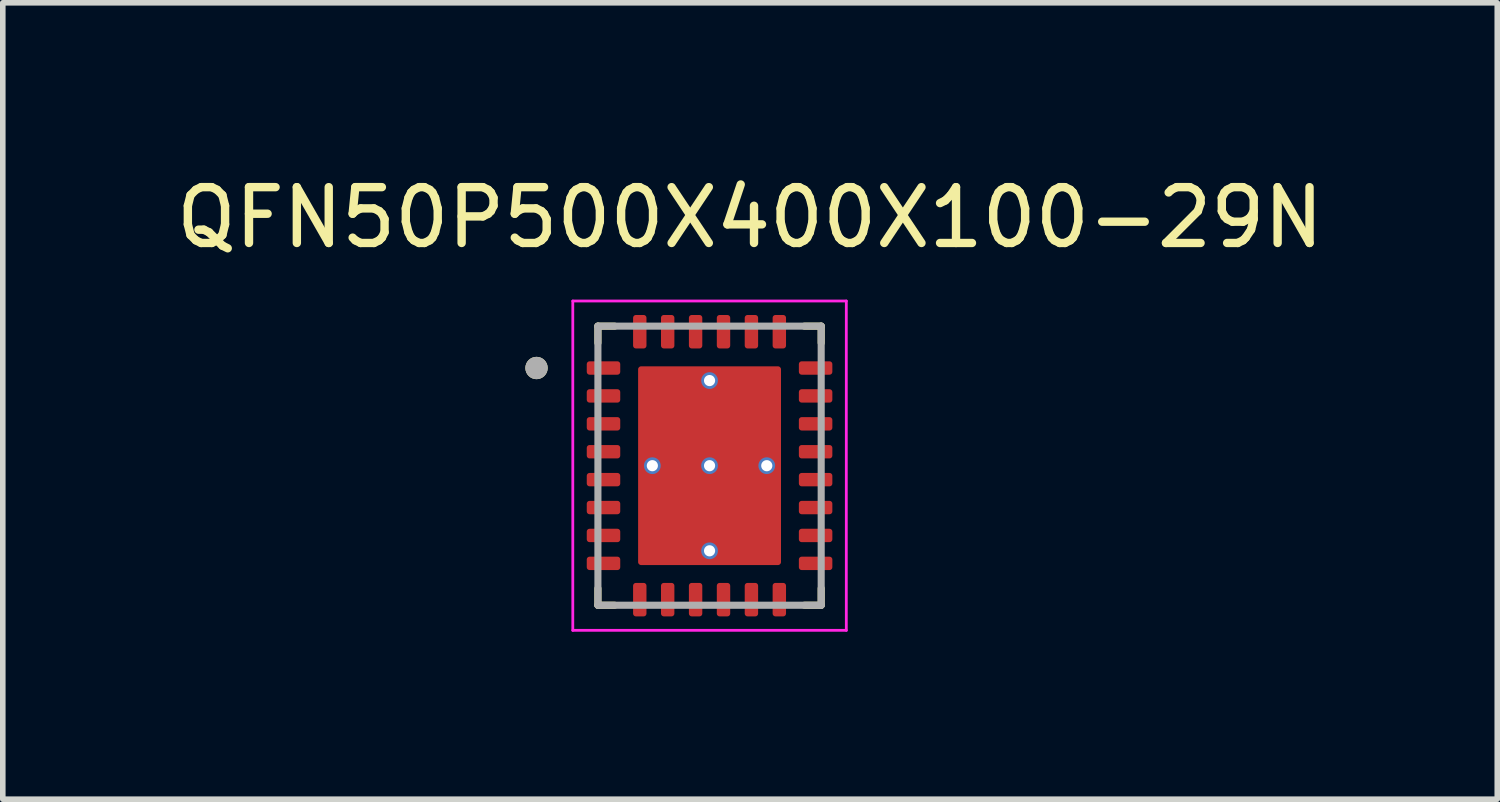
<source format=kicad_pcb>
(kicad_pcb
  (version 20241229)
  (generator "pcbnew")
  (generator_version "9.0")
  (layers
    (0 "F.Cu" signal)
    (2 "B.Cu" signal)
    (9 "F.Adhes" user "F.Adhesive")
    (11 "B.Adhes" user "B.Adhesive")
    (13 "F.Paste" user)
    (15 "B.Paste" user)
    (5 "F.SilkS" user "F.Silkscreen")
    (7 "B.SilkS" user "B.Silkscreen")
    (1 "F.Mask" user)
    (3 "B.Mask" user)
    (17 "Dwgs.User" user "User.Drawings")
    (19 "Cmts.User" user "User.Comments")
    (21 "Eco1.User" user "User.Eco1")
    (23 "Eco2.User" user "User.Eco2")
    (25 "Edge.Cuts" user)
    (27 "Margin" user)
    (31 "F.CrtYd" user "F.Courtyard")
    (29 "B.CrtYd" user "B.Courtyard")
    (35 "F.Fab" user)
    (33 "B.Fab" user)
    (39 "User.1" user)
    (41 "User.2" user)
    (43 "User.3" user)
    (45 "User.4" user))
  (footprint "QFN50P500X400X100-29N"
    (layer "F.Cu")
    (at 9.662 5.293)
    (property "Reference" "QFN50P500X400X100-29N" (at 0.725 -4.445 0) (layer "F.SilkS") (effects (font (size 1 1) (thickness 0.15))))
    (attr smd)
    (fp_poly (pts (xy -2.27 -1.89) (xy -2.27 -1.61) (xy -2.27 -1.607) (xy -2.27 -1.605) (xy -2.269 -1.602) (xy -2.269 -1.6) (xy -2.268 -1.597) (xy -2.268 -1.595) (xy -2.267 -1.592) (xy -2.266 -1.59) (xy -2.265 -1.587) (xy -2.263 -1.585) (xy -2.262 -1.583) (xy -2.26 -1.581) (xy -2.259 -1.579) (xy -2.257 -1.577) (xy -2.255 -1.575) (xy -2.253 -1.573) (xy -2.251 -1.571) (xy -2.249 -1.57) (xy -2.247 -1.568) (xy -2.245 -1.567) (xy -2.243 -1.565) (xy -2.24 -1.564) (xy -2.238 -1.563) (xy -2.235 -1.562) (xy -2.233 -1.562) (xy -2.23 -1.561) (xy -2.228 -1.561) (xy -2.225 -1.56) (xy -2.223 -1.56) (xy -2.22 -1.56) (xy -1.58 -1.56) (xy -1.577 -1.56) (xy -1.575 -1.56) (xy -1.572 -1.561) (xy -1.57 -1.561) (xy -1.567 -1.562) (xy -1.565 -1.562) (xy -1.562 -1.563) (xy -1.56 -1.564) (xy -1.557 -1.565) (xy -1.555 -1.567) (xy -1.553 -1.568) (xy -1.551 -1.57) (xy -1.549 -1.571) (xy -1.547 -1.573) (xy -1.545 -1.575) (xy -1.543 -1.577) (xy -1.541 -1.579) (xy -1.54 -1.581) (xy -1.538 -1.583) (xy -1.537 -1.585) (xy -1.535 -1.587) (xy -1.534 -1.59) (xy -1.533 -1.592) (xy -1.532 -1.595) (xy -1.532 -1.597) (xy -1.531 -1.6) (xy -1.531 -1.602) (xy -1.53 -1.605) (xy -1.53 -1.607) (xy -1.53 -1.61) (xy -1.53 -1.89) (xy -1.53 -1.893) (xy -1.53 -1.895) (xy -1.531 -1.898) (xy -1.531 -1.9) (xy -1.532 -1.903) (xy -1.532 -1.905) (xy -1.533 -1.908) (xy -1.534 -1.91) (xy -1.535 -1.913) (xy -1.537 -1.915) (xy -1.538 -1.917) (xy -1.54 -1.919) (xy -1.541 -1.921) (xy -1.543 -1.923) (xy -1.545 -1.925) (xy -1.547 -1.927) (xy -1.549 -1.929) (xy -1.551 -1.93) (xy -1.553 -1.932) (xy -1.555 -1.933) (xy -1.557 -1.935) (xy -1.56 -1.936) (xy -1.562 -1.937) (xy -1.565 -1.938) (xy -1.567 -1.938) (xy -1.57 -1.939) (xy -1.572 -1.939) (xy -1.575 -1.94) (xy -1.577 -1.94) (xy -1.58 -1.94) (xy -2.22 -1.94) (xy -2.223 -1.94) (xy -2.225 -1.94) (xy -2.228 -1.939) (xy -2.23 -1.939) (xy -2.233 -1.938) (xy -2.235 -1.938) (xy -2.238 -1.937) (xy -2.24 -1.936) (xy -2.243 -1.935) (xy -2.245 -1.933) (xy -2.247 -1.932) (xy -2.249 -1.93) (xy -2.251 -1.929) (xy -2.253 -1.927) (xy -2.255 -1.925) (xy -2.257 -1.923) (xy -2.259 -1.921) (xy -2.26 -1.919) (xy -2.262 -1.917) (xy -2.263 -1.915) (xy -2.265 -1.913) (xy -2.266 -1.91) (xy -2.267 -1.908) (xy -2.268 -1.905) (xy -2.268 -1.903) (xy -2.269 -1.9) (xy -2.269 -1.898) (xy -2.27 -1.895) (xy -2.27 -1.893) (xy -2.27 -1.89)) (stroke (width 0.01) (type solid)) (fill yes) (layer "F.Mask"))
    (fp_poly (pts (xy -2.27 -1.39) (xy -2.27 -1.11) (xy -2.27 -1.107) (xy -2.27 -1.105) (xy -2.269 -1.102) (xy -2.269 -1.1) (xy -2.268 -1.097) (xy -2.268 -1.095) (xy -2.267 -1.092) (xy -2.266 -1.09) (xy -2.265 -1.087) (xy -2.263 -1.085) (xy -2.262 -1.083) (xy -2.26 -1.081) (xy -2.259 -1.079) (xy -2.257 -1.077) (xy -2.255 -1.075) (xy -2.253 -1.073) (xy -2.251 -1.071) (xy -2.249 -1.07) (xy -2.247 -1.068) (xy -2.245 -1.067) (xy -2.243 -1.065) (xy -2.24 -1.064) (xy -2.238 -1.063) (xy -2.235 -1.062) (xy -2.233 -1.062) (xy -2.23 -1.061) (xy -2.228 -1.061) (xy -2.225 -1.06) (xy -2.223 -1.06) (xy -2.22 -1.06) (xy -1.58 -1.06) (xy -1.577 -1.06) (xy -1.575 -1.06) (xy -1.572 -1.061) (xy -1.57 -1.061) (xy -1.567 -1.062) (xy -1.565 -1.062) (xy -1.562 -1.063) (xy -1.56 -1.064) (xy -1.557 -1.065) (xy -1.555 -1.067) (xy -1.553 -1.068) (xy -1.551 -1.07) (xy -1.549 -1.071) (xy -1.547 -1.073) (xy -1.545 -1.075) (xy -1.543 -1.077) (xy -1.541 -1.079) (xy -1.54 -1.081) (xy -1.538 -1.083) (xy -1.537 -1.085) (xy -1.535 -1.087) (xy -1.534 -1.09) (xy -1.533 -1.092) (xy -1.532 -1.095) (xy -1.532 -1.097) (xy -1.531 -1.1) (xy -1.531 -1.102) (xy -1.53 -1.105) (xy -1.53 -1.107) (xy -1.53 -1.11) (xy -1.53 -1.39) (xy -1.53 -1.393) (xy -1.53 -1.395) (xy -1.531 -1.398) (xy -1.531 -1.4) (xy -1.532 -1.403) (xy -1.532 -1.405) (xy -1.533 -1.408) (xy -1.534 -1.41) (xy -1.535 -1.413) (xy -1.537 -1.415) (xy -1.538 -1.417) (xy -1.54 -1.419) (xy -1.541 -1.421) (xy -1.543 -1.423) (xy -1.545 -1.425) (xy -1.547 -1.427) (xy -1.549 -1.429) (xy -1.551 -1.43) (xy -1.553 -1.432) (xy -1.555 -1.433) (xy -1.557 -1.435) (xy -1.56 -1.436) (xy -1.562 -1.437) (xy -1.565 -1.438) (xy -1.567 -1.438) (xy -1.57 -1.439) (xy -1.572 -1.439) (xy -1.575 -1.44) (xy -1.577 -1.44) (xy -1.58 -1.44) (xy -2.22 -1.44) (xy -2.223 -1.44) (xy -2.225 -1.44) (xy -2.228 -1.439) (xy -2.23 -1.439) (xy -2.233 -1.438) (xy -2.235 -1.438) (xy -2.238 -1.437) (xy -2.24 -1.436) (xy -2.243 -1.435) (xy -2.245 -1.433) (xy -2.247 -1.432) (xy -2.249 -1.43) (xy -2.251 -1.429) (xy -2.253 -1.427) (xy -2.255 -1.425) (xy -2.257 -1.423) (xy -2.259 -1.421) (xy -2.26 -1.419) (xy -2.262 -1.417) (xy -2.263 -1.415) (xy -2.265 -1.413) (xy -2.266 -1.41) (xy -2.267 -1.408) (xy -2.268 -1.405) (xy -2.268 -1.403) (xy -2.269 -1.4) (xy -2.269 -1.398) (xy -2.27 -1.395) (xy -2.27 -1.393) (xy -2.27 -1.39)) (stroke (width 0.01) (type solid)) (fill yes) (layer "F.Mask"))
    (fp_poly (pts (xy -2.27 -0.89) (xy -2.27 -0.61) (xy -2.27 -0.607) (xy -2.27 -0.605) (xy -2.269 -0.602) (xy -2.269 -0.6) (xy -2.268 -0.597) (xy -2.268 -0.595) (xy -2.267 -0.592) (xy -2.266 -0.59) (xy -2.265 -0.587) (xy -2.263 -0.585) (xy -2.262 -0.583) (xy -2.26 -0.581) (xy -2.259 -0.579) (xy -2.257 -0.577) (xy -2.255 -0.575) (xy -2.253 -0.573) (xy -2.251 -0.571) (xy -2.249 -0.57) (xy -2.247 -0.568) (xy -2.245 -0.567) (xy -2.243 -0.565) (xy -2.24 -0.564) (xy -2.238 -0.563) (xy -2.235 -0.562) (xy -2.233 -0.562) (xy -2.23 -0.561) (xy -2.228 -0.561) (xy -2.225 -0.56) (xy -2.223 -0.56) (xy -2.22 -0.56) (xy -1.58 -0.56) (xy -1.577 -0.56) (xy -1.575 -0.56) (xy -1.572 -0.561) (xy -1.57 -0.561) (xy -1.567 -0.562) (xy -1.565 -0.562) (xy -1.562 -0.563) (xy -1.56 -0.564) (xy -1.557 -0.565) (xy -1.555 -0.567) (xy -1.553 -0.568) (xy -1.551 -0.57) (xy -1.549 -0.571) (xy -1.547 -0.573) (xy -1.545 -0.575) (xy -1.543 -0.577) (xy -1.541 -0.579) (xy -1.54 -0.581) (xy -1.538 -0.583) (xy -1.537 -0.585) (xy -1.535 -0.587) (xy -1.534 -0.59) (xy -1.533 -0.592) (xy -1.532 -0.595) (xy -1.532 -0.597) (xy -1.531 -0.6) (xy -1.531 -0.602) (xy -1.53 -0.605) (xy -1.53 -0.607) (xy -1.53 -0.61) (xy -1.53 -0.89) (xy -1.53 -0.893) (xy -1.53 -0.895) (xy -1.531 -0.898) (xy -1.531 -0.9) (xy -1.532 -0.903) (xy -1.532 -0.905) (xy -1.533 -0.908) (xy -1.534 -0.91) (xy -1.535 -0.913) (xy -1.537 -0.915) (xy -1.538 -0.917) (xy -1.54 -0.919) (xy -1.541 -0.921) (xy -1.543 -0.923) (xy -1.545 -0.925) (xy -1.547 -0.927) (xy -1.549 -0.929) (xy -1.551 -0.93) (xy -1.553 -0.932) (xy -1.555 -0.933) (xy -1.557 -0.935) (xy -1.56 -0.936) (xy -1.562 -0.937) (xy -1.565 -0.938) (xy -1.567 -0.938) (xy -1.57 -0.939) (xy -1.572 -0.939) (xy -1.575 -0.94) (xy -1.577 -0.94) (xy -1.58 -0.94) (xy -2.22 -0.94) (xy -2.223 -0.94) (xy -2.225 -0.94) (xy -2.228 -0.939) (xy -2.23 -0.939) (xy -2.233 -0.938) (xy -2.235 -0.938) (xy -2.238 -0.937) (xy -2.24 -0.936) (xy -2.243 -0.935) (xy -2.245 -0.933) (xy -2.247 -0.932) (xy -2.249 -0.93) (xy -2.251 -0.929) (xy -2.253 -0.927) (xy -2.255 -0.925) (xy -2.257 -0.923) (xy -2.259 -0.921) (xy -2.26 -0.919) (xy -2.262 -0.917) (xy -2.263 -0.915) (xy -2.265 -0.913) (xy -2.266 -0.91) (xy -2.267 -0.908) (xy -2.268 -0.905) (xy -2.268 -0.903) (xy -2.269 -0.9) (xy -2.269 -0.898) (xy -2.27 -0.895) (xy -2.27 -0.893) (xy -2.27 -0.89)) (stroke (width 0.01) (type solid)) (fill yes) (layer "F.Mask"))
    (fp_poly (pts (xy -2.27 -0.39) (xy -2.27 -0.11) (xy -2.27 -0.107) (xy -2.27 -0.105) (xy -2.269 -0.102) (xy -2.269 -0.1) (xy -2.268 -0.097) (xy -2.268 -0.095) (xy -2.267 -0.092) (xy -2.266 -0.09) (xy -2.265 -0.087) (xy -2.263 -0.085) (xy -2.262 -0.083) (xy -2.26 -0.081) (xy -2.259 -0.079) (xy -2.257 -0.077) (xy -2.255 -0.075) (xy -2.253 -0.073) (xy -2.251 -0.071) (xy -2.249 -0.07) (xy -2.247 -0.068) (xy -2.245 -0.067) (xy -2.243 -0.065) (xy -2.24 -0.064) (xy -2.238 -0.063) (xy -2.235 -0.062) (xy -2.233 -0.062) (xy -2.23 -0.061) (xy -2.228 -0.061) (xy -2.225 -0.06) (xy -2.223 -0.06) (xy -2.22 -0.06) (xy -1.58 -0.06) (xy -1.577 -0.06) (xy -1.575 -0.06) (xy -1.572 -0.061) (xy -1.57 -0.061) (xy -1.567 -0.062) (xy -1.565 -0.062) (xy -1.562 -0.063) (xy -1.56 -0.064) (xy -1.557 -0.065) (xy -1.555 -0.067) (xy -1.553 -0.068) (xy -1.551 -0.07) (xy -1.549 -0.071) (xy -1.547 -0.073) (xy -1.545 -0.075) (xy -1.543 -0.077) (xy -1.541 -0.079) (xy -1.54 -0.081) (xy -1.538 -0.083) (xy -1.537 -0.085) (xy -1.535 -0.087) (xy -1.534 -0.09) (xy -1.533 -0.092) (xy -1.532 -0.095) (xy -1.532 -0.097) (xy -1.531 -0.1) (xy -1.531 -0.102) (xy -1.53 -0.105) (xy -1.53 -0.107) (xy -1.53 -0.11) (xy -1.53 -0.39) (xy -1.53 -0.393) (xy -1.53 -0.395) (xy -1.531 -0.398) (xy -1.531 -0.4) (xy -1.532 -0.403) (xy -1.532 -0.405) (xy -1.533 -0.408) (xy -1.534 -0.41) (xy -1.535 -0.413) (xy -1.537 -0.415) (xy -1.538 -0.417) (xy -1.54 -0.419) (xy -1.541 -0.421) (xy -1.543 -0.423) (xy -1.545 -0.425) (xy -1.547 -0.427) (xy -1.549 -0.429) (xy -1.551 -0.43) (xy -1.553 -0.432) (xy -1.555 -0.433) (xy -1.557 -0.435) (xy -1.56 -0.436) (xy -1.562 -0.437) (xy -1.565 -0.438) (xy -1.567 -0.438) (xy -1.57 -0.439) (xy -1.572 -0.439) (xy -1.575 -0.44) (xy -1.577 -0.44) (xy -1.58 -0.44) (xy -2.22 -0.44) (xy -2.223 -0.44) (xy -2.225 -0.44) (xy -2.228 -0.439) (xy -2.23 -0.439) (xy -2.233 -0.438) (xy -2.235 -0.438) (xy -2.238 -0.437) (xy -2.24 -0.436) (xy -2.243 -0.435) (xy -2.245 -0.433) (xy -2.247 -0.432) (xy -2.249 -0.43) (xy -2.251 -0.429) (xy -2.253 -0.427) (xy -2.255 -0.425) (xy -2.257 -0.423) (xy -2.259 -0.421) (xy -2.26 -0.419) (xy -2.262 -0.417) (xy -2.263 -0.415) (xy -2.265 -0.413) (xy -2.266 -0.41) (xy -2.267 -0.408) (xy -2.268 -0.405) (xy -2.268 -0.403) (xy -2.269 -0.4) (xy -2.269 -0.398) (xy -2.27 -0.395) (xy -2.27 -0.393) (xy -2.27 -0.39)) (stroke (width 0.01) (type solid)) (fill yes) (layer "F.Mask"))
    (fp_poly (pts (xy -2.27 0.11) (xy -2.27 0.39) (xy -2.27 0.393) (xy -2.27 0.395) (xy -2.269 0.398) (xy -2.269 0.4) (xy -2.268 0.403) (xy -2.268 0.405) (xy -2.267 0.408) (xy -2.266 0.41) (xy -2.265 0.413) (xy -2.263 0.415) (xy -2.262 0.417) (xy -2.26 0.419) (xy -2.259 0.421) (xy -2.257 0.423) (xy -2.255 0.425) (xy -2.253 0.427) (xy -2.251 0.429) (xy -2.249 0.43) (xy -2.247 0.432) (xy -2.245 0.433) (xy -2.243 0.435) (xy -2.24 0.436) (xy -2.238 0.437) (xy -2.235 0.438) (xy -2.233 0.438) (xy -2.23 0.439) (xy -2.228 0.439) (xy -2.225 0.44) (xy -2.223 0.44) (xy -2.22 0.44) (xy -1.58 0.44) (xy -1.577 0.44) (xy -1.575 0.44) (xy -1.572 0.439) (xy -1.57 0.439) (xy -1.567 0.438) (xy -1.565 0.438) (xy -1.562 0.437) (xy -1.56 0.436) (xy -1.557 0.435) (xy -1.555 0.433) (xy -1.553 0.432) (xy -1.551 0.43) (xy -1.549 0.429) (xy -1.547 0.427) (xy -1.545 0.425) (xy -1.543 0.423) (xy -1.541 0.421) (xy -1.54 0.419) (xy -1.538 0.417) (xy -1.537 0.415) (xy -1.535 0.413) (xy -1.534 0.41) (xy -1.533 0.408) (xy -1.532 0.405) (xy -1.532 0.403) (xy -1.531 0.4) (xy -1.531 0.398) (xy -1.53 0.395) (xy -1.53 0.393) (xy -1.53 0.39) (xy -1.53 0.11) (xy -1.53 0.107) (xy -1.53 0.105) (xy -1.531 0.102) (xy -1.531 0.1) (xy -1.532 0.097) (xy -1.532 0.095) (xy -1.533 0.092) (xy -1.534 0.09) (xy -1.535 0.087) (xy -1.537 0.085) (xy -1.538 0.083) (xy -1.54 0.081) (xy -1.541 0.079) (xy -1.543 0.077) (xy -1.545 0.075) (xy -1.547 0.073) (xy -1.549 0.071) (xy -1.551 0.07) (xy -1.553 0.068) (xy -1.555 0.067) (xy -1.557 0.065) (xy -1.56 0.064) (xy -1.562 0.063) (xy -1.565 0.062) (xy -1.567 0.062) (xy -1.57 0.061) (xy -1.572 0.061) (xy -1.575 0.06) (xy -1.577 0.06) (xy -1.58 0.06) (xy -2.22 0.06) (xy -2.223 0.06) (xy -2.225 0.06) (xy -2.228 0.061) (xy -2.23 0.061) (xy -2.233 0.062) (xy -2.235 0.062) (xy -2.238 0.063) (xy -2.24 0.064) (xy -2.243 0.065) (xy -2.245 0.067) (xy -2.247 0.068) (xy -2.249 0.07) (xy -2.251 0.071) (xy -2.253 0.073) (xy -2.255 0.075) (xy -2.257 0.077) (xy -2.259 0.079) (xy -2.26 0.081) (xy -2.262 0.083) (xy -2.263 0.085) (xy -2.265 0.087) (xy -2.266 0.09) (xy -2.267 0.092) (xy -2.268 0.095) (xy -2.268 0.097) (xy -2.269 0.1) (xy -2.269 0.102) (xy -2.27 0.105) (xy -2.27 0.107) (xy -2.27 0.11)) (stroke (width 0.01) (type solid)) (fill yes) (layer "F.Mask"))
    (fp_poly (pts (xy -2.27 0.61) (xy -2.27 0.89) (xy -2.27 0.893) (xy -2.27 0.895) (xy -2.269 0.898) (xy -2.269 0.9) (xy -2.268 0.903) (xy -2.268 0.905) (xy -2.267 0.908) (xy -2.266 0.91) (xy -2.265 0.913) (xy -2.263 0.915) (xy -2.262 0.917) (xy -2.26 0.919) (xy -2.259 0.921) (xy -2.257 0.923) (xy -2.255 0.925) (xy -2.253 0.927) (xy -2.251 0.929) (xy -2.249 0.93) (xy -2.247 0.932) (xy -2.245 0.933) (xy -2.243 0.935) (xy -2.24 0.936) (xy -2.238 0.937) (xy -2.235 0.938) (xy -2.233 0.938) (xy -2.23 0.939) (xy -2.228 0.939) (xy -2.225 0.94) (xy -2.223 0.94) (xy -2.22 0.94) (xy -1.58 0.94) (xy -1.577 0.94) (xy -1.575 0.94) (xy -1.572 0.939) (xy -1.57 0.939) (xy -1.567 0.938) (xy -1.565 0.938) (xy -1.562 0.937) (xy -1.56 0.936) (xy -1.557 0.935) (xy -1.555 0.933) (xy -1.553 0.932) (xy -1.551 0.93) (xy -1.549 0.929) (xy -1.547 0.927) (xy -1.545 0.925) (xy -1.543 0.923) (xy -1.541 0.921) (xy -1.54 0.919) (xy -1.538 0.917) (xy -1.537 0.915) (xy -1.535 0.913) (xy -1.534 0.91) (xy -1.533 0.908) (xy -1.532 0.905) (xy -1.532 0.903) (xy -1.531 0.9) (xy -1.531 0.898) (xy -1.53 0.895) (xy -1.53 0.893) (xy -1.53 0.89) (xy -1.53 0.61) (xy -1.53 0.607) (xy -1.53 0.605) (xy -1.531 0.602) (xy -1.531 0.6) (xy -1.532 0.597) (xy -1.532 0.595) (xy -1.533 0.592) (xy -1.534 0.59) (xy -1.535 0.587) (xy -1.537 0.585) (xy -1.538 0.583) (xy -1.54 0.581) (xy -1.541 0.579) (xy -1.543 0.577) (xy -1.545 0.575) (xy -1.547 0.573) (xy -1.549 0.571) (xy -1.551 0.57) (xy -1.553 0.568) (xy -1.555 0.567) (xy -1.557 0.565) (xy -1.56 0.564) (xy -1.562 0.563) (xy -1.565 0.562) (xy -1.567 0.562) (xy -1.57 0.561) (xy -1.572 0.561) (xy -1.575 0.56) (xy -1.577 0.56) (xy -1.58 0.56) (xy -2.22 0.56) (xy -2.223 0.56) (xy -2.225 0.56) (xy -2.228 0.561) (xy -2.23 0.561) (xy -2.233 0.562) (xy -2.235 0.562) (xy -2.238 0.563) (xy -2.24 0.564) (xy -2.243 0.565) (xy -2.245 0.567) (xy -2.247 0.568) (xy -2.249 0.57) (xy -2.251 0.571) (xy -2.253 0.573) (xy -2.255 0.575) (xy -2.257 0.577) (xy -2.259 0.579) (xy -2.26 0.581) (xy -2.262 0.583) (xy -2.263 0.585) (xy -2.265 0.587) (xy -2.266 0.59) (xy -2.267 0.592) (xy -2.268 0.595) (xy -2.268 0.597) (xy -2.269 0.6) (xy -2.269 0.602) (xy -2.27 0.605) (xy -2.27 0.607) (xy -2.27 0.61)) (stroke (width 0.01) (type solid)) (fill yes) (layer "F.Mask"))
    (fp_poly (pts (xy -2.27 1.11) (xy -2.27 1.39) (xy -2.27 1.393) (xy -2.27 1.395) (xy -2.269 1.398) (xy -2.269 1.4) (xy -2.268 1.403) (xy -2.268 1.405) (xy -2.267 1.408) (xy -2.266 1.41) (xy -2.265 1.413) (xy -2.263 1.415) (xy -2.262 1.417) (xy -2.26 1.419) (xy -2.259 1.421) (xy -2.257 1.423) (xy -2.255 1.425) (xy -2.253 1.427) (xy -2.251 1.429) (xy -2.249 1.43) (xy -2.247 1.432) (xy -2.245 1.433) (xy -2.243 1.435) (xy -2.24 1.436) (xy -2.238 1.437) (xy -2.235 1.438) (xy -2.233 1.438) (xy -2.23 1.439) (xy -2.228 1.439) (xy -2.225 1.44) (xy -2.223 1.44) (xy -2.22 1.44) (xy -1.58 1.44) (xy -1.577 1.44) (xy -1.575 1.44) (xy -1.572 1.439) (xy -1.57 1.439) (xy -1.567 1.438) (xy -1.565 1.438) (xy -1.562 1.437) (xy -1.56 1.436) (xy -1.557 1.435) (xy -1.555 1.433) (xy -1.553 1.432) (xy -1.551 1.43) (xy -1.549 1.429) (xy -1.547 1.427) (xy -1.545 1.425) (xy -1.543 1.423) (xy -1.541 1.421) (xy -1.54 1.419) (xy -1.538 1.417) (xy -1.537 1.415) (xy -1.535 1.413) (xy -1.534 1.41) (xy -1.533 1.408) (xy -1.532 1.405) (xy -1.532 1.403) (xy -1.531 1.4) (xy -1.531 1.398) (xy -1.53 1.395) (xy -1.53 1.393) (xy -1.53 1.39) (xy -1.53 1.11) (xy -1.53 1.107) (xy -1.53 1.105) (xy -1.531 1.102) (xy -1.531 1.1) (xy -1.532 1.097) (xy -1.532 1.095) (xy -1.533 1.092) (xy -1.534 1.09) (xy -1.535 1.087) (xy -1.537 1.085) (xy -1.538 1.083) (xy -1.54 1.081) (xy -1.541 1.079) (xy -1.543 1.077) (xy -1.545 1.075) (xy -1.547 1.073) (xy -1.549 1.071) (xy -1.551 1.07) (xy -1.553 1.068) (xy -1.555 1.067) (xy -1.557 1.065) (xy -1.56 1.064) (xy -1.562 1.063) (xy -1.565 1.062) (xy -1.567 1.062) (xy -1.57 1.061) (xy -1.572 1.061) (xy -1.575 1.06) (xy -1.577 1.06) (xy -1.58 1.06) (xy -2.22 1.06) (xy -2.223 1.06) (xy -2.225 1.06) (xy -2.228 1.061) (xy -2.23 1.061) (xy -2.233 1.062) (xy -2.235 1.062) (xy -2.238 1.063) (xy -2.24 1.064) (xy -2.243 1.065) (xy -2.245 1.067) (xy -2.247 1.068) (xy -2.249 1.07) (xy -2.251 1.071) (xy -2.253 1.073) (xy -2.255 1.075) (xy -2.257 1.077) (xy -2.259 1.079) (xy -2.26 1.081) (xy -2.262 1.083) (xy -2.263 1.085) (xy -2.265 1.087) (xy -2.266 1.09) (xy -2.267 1.092) (xy -2.268 1.095) (xy -2.268 1.097) (xy -2.269 1.1) (xy -2.269 1.102) (xy -2.27 1.105) (xy -2.27 1.107) (xy -2.27 1.11)) (stroke (width 0.01) (type solid)) (fill yes) (layer "F.Mask"))
    (fp_poly (pts (xy -2.27 1.61) (xy -2.27 1.89) (xy -2.27 1.893) (xy -2.27 1.895) (xy -2.269 1.898) (xy -2.269 1.9) (xy -2.268 1.903) (xy -2.268 1.905) (xy -2.267 1.908) (xy -2.266 1.91) (xy -2.265 1.913) (xy -2.263 1.915) (xy -2.262 1.917) (xy -2.26 1.919) (xy -2.259 1.921) (xy -2.257 1.923) (xy -2.255 1.925) (xy -2.253 1.927) (xy -2.251 1.929) (xy -2.249 1.93) (xy -2.247 1.932) (xy -2.245 1.933) (xy -2.243 1.935) (xy -2.24 1.936) (xy -2.238 1.937) (xy -2.235 1.938) (xy -2.233 1.938) (xy -2.23 1.939) (xy -2.228 1.939) (xy -2.225 1.94) (xy -2.223 1.94) (xy -2.22 1.94) (xy -1.58 1.94) (xy -1.577 1.94) (xy -1.575 1.94) (xy -1.572 1.939) (xy -1.57 1.939) (xy -1.567 1.938) (xy -1.565 1.938) (xy -1.562 1.937) (xy -1.56 1.936) (xy -1.557 1.935) (xy -1.555 1.933) (xy -1.553 1.932) (xy -1.551 1.93) (xy -1.549 1.929) (xy -1.547 1.927) (xy -1.545 1.925) (xy -1.543 1.923) (xy -1.541 1.921) (xy -1.54 1.919) (xy -1.538 1.917) (xy -1.537 1.915) (xy -1.535 1.913) (xy -1.534 1.91) (xy -1.533 1.908) (xy -1.532 1.905) (xy -1.532 1.903) (xy -1.531 1.9) (xy -1.531 1.898) (xy -1.53 1.895) (xy -1.53 1.893) (xy -1.53 1.89) (xy -1.53 1.61) (xy -1.53 1.607) (xy -1.53 1.605) (xy -1.531 1.602) (xy -1.531 1.6) (xy -1.532 1.597) (xy -1.532 1.595) (xy -1.533 1.592) (xy -1.534 1.59) (xy -1.535 1.587) (xy -1.537 1.585) (xy -1.538 1.583) (xy -1.54 1.581) (xy -1.541 1.579) (xy -1.543 1.577) (xy -1.545 1.575) (xy -1.547 1.573) (xy -1.549 1.571) (xy -1.551 1.57) (xy -1.553 1.568) (xy -1.555 1.567) (xy -1.557 1.565) (xy -1.56 1.564) (xy -1.562 1.563) (xy -1.565 1.562) (xy -1.567 1.562) (xy -1.57 1.561) (xy -1.572 1.561) (xy -1.575 1.56) (xy -1.577 1.56) (xy -1.58 1.56) (xy -2.22 1.56) (xy -2.223 1.56) (xy -2.225 1.56) (xy -2.228 1.561) (xy -2.23 1.561) (xy -2.233 1.562) (xy -2.235 1.562) (xy -2.238 1.563) (xy -2.24 1.564) (xy -2.243 1.565) (xy -2.245 1.567) (xy -2.247 1.568) (xy -2.249 1.57) (xy -2.251 1.571) (xy -2.253 1.573) (xy -2.255 1.575) (xy -2.257 1.577) (xy -2.259 1.579) (xy -2.26 1.581) (xy -2.262 1.583) (xy -2.263 1.585) (xy -2.265 1.587) (xy -2.266 1.59) (xy -2.267 1.592) (xy -2.268 1.595) (xy -2.268 1.597) (xy -2.269 1.6) (xy -2.269 1.602) (xy -2.27 1.605) (xy -2.27 1.607) (xy -2.27 1.61)) (stroke (width 0.01) (type solid)) (fill yes) (layer "F.Mask"))
    (fp_poly (pts (xy -1.39 -2.03) (xy -1.11 -2.03) (xy -1.107 -2.03) (xy -1.105 -2.03) (xy -1.102 -2.031) (xy -1.1 -2.031) (xy -1.097 -2.032) (xy -1.095 -2.032) (xy -1.092 -2.033) (xy -1.09 -2.034) (xy -1.087 -2.035) (xy -1.085 -2.037) (xy -1.083 -2.038) (xy -1.081 -2.04) (xy -1.079 -2.041) (xy -1.077 -2.043) (xy -1.075 -2.045) (xy -1.073 -2.047) (xy -1.071 -2.049) (xy -1.07 -2.051) (xy -1.068 -2.053) (xy -1.067 -2.055) (xy -1.065 -2.057) (xy -1.064 -2.06) (xy -1.063 -2.062) (xy -1.062 -2.065) (xy -1.062 -2.067) (xy -1.061 -2.07) (xy -1.061 -2.072) (xy -1.06 -2.075) (xy -1.06 -2.077) (xy -1.06 -2.08) (xy -1.06 -2.72) (xy -1.06 -2.723) (xy -1.06 -2.725) (xy -1.061 -2.728) (xy -1.061 -2.73) (xy -1.062 -2.733) (xy -1.062 -2.735) (xy -1.063 -2.738) (xy -1.064 -2.74) (xy -1.065 -2.743) (xy -1.067 -2.745) (xy -1.068 -2.747) (xy -1.07 -2.749) (xy -1.071 -2.751) (xy -1.073 -2.753) (xy -1.075 -2.755) (xy -1.077 -2.757) (xy -1.079 -2.759) (xy -1.081 -2.76) (xy -1.083 -2.762) (xy -1.085 -2.763) (xy -1.087 -2.765) (xy -1.09 -2.766) (xy -1.092 -2.767) (xy -1.095 -2.768) (xy -1.097 -2.768) (xy -1.1 -2.769) (xy -1.102 -2.769) (xy -1.105 -2.77) (xy -1.107 -2.77) (xy -1.11 -2.77) (xy -1.39 -2.77) (xy -1.393 -2.77) (xy -1.395 -2.77) (xy -1.398 -2.769) (xy -1.4 -2.769) (xy -1.403 -2.768) (xy -1.405 -2.768) (xy -1.408 -2.767) (xy -1.41 -2.766) (xy -1.413 -2.765) (xy -1.415 -2.763) (xy -1.417 -2.762) (xy -1.419 -2.76) (xy -1.421 -2.759) (xy -1.423 -2.757) (xy -1.425 -2.755) (xy -1.427 -2.753) (xy -1.429 -2.751) (xy -1.43 -2.749) (xy -1.432 -2.747) (xy -1.433 -2.745) (xy -1.435 -2.743) (xy -1.436 -2.74) (xy -1.437 -2.738) (xy -1.438 -2.735) (xy -1.438 -2.733) (xy -1.439 -2.73) (xy -1.439 -2.728) (xy -1.44 -2.725) (xy -1.44 -2.723) (xy -1.44 -2.72) (xy -1.44 -2.08) (xy -1.44 -2.077) (xy -1.44 -2.075) (xy -1.439 -2.072) (xy -1.439 -2.07) (xy -1.438 -2.067) (xy -1.438 -2.065) (xy -1.437 -2.062) (xy -1.436 -2.06) (xy -1.435 -2.057) (xy -1.433 -2.055) (xy -1.432 -2.053) (xy -1.43 -2.051) (xy -1.429 -2.049) (xy -1.427 -2.047) (xy -1.425 -2.045) (xy -1.423 -2.043) (xy -1.421 -2.041) (xy -1.419 -2.04) (xy -1.417 -2.038) (xy -1.415 -2.037) (xy -1.413 -2.035) (xy -1.41 -2.034) (xy -1.408 -2.033) (xy -1.405 -2.032) (xy -1.403 -2.032) (xy -1.4 -2.031) (xy -1.398 -2.031) (xy -1.395 -2.03) (xy -1.393 -2.03) (xy -1.39 -2.03)) (stroke (width 0.01) (type solid)) (fill yes) (layer "F.Mask"))
    (fp_poly (pts (xy -1.39 2.77) (xy -1.11 2.77) (xy -1.107 2.77) (xy -1.105 2.77) (xy -1.102 2.769) (xy -1.1 2.769) (xy -1.097 2.768) (xy -1.095 2.768) (xy -1.092 2.767) (xy -1.09 2.766) (xy -1.087 2.765) (xy -1.085 2.763) (xy -1.083 2.762) (xy -1.081 2.76) (xy -1.079 2.759) (xy -1.077 2.757) (xy -1.075 2.755) (xy -1.073 2.753) (xy -1.071 2.751) (xy -1.07 2.749) (xy -1.068 2.747) (xy -1.067 2.745) (xy -1.065 2.743) (xy -1.064 2.74) (xy -1.063 2.738) (xy -1.062 2.735) (xy -1.062 2.733) (xy -1.061 2.73) (xy -1.061 2.728) (xy -1.06 2.725) (xy -1.06 2.723) (xy -1.06 2.72) (xy -1.06 2.08) (xy -1.06 2.077) (xy -1.06 2.075) (xy -1.061 2.072) (xy -1.061 2.07) (xy -1.062 2.067) (xy -1.062 2.065) (xy -1.063 2.062) (xy -1.064 2.06) (xy -1.065 2.057) (xy -1.067 2.055) (xy -1.068 2.053) (xy -1.07 2.051) (xy -1.071 2.049) (xy -1.073 2.047) (xy -1.075 2.045) (xy -1.077 2.043) (xy -1.079 2.041) (xy -1.081 2.04) (xy -1.083 2.038) (xy -1.085 2.037) (xy -1.087 2.035) (xy -1.09 2.034) (xy -1.092 2.033) (xy -1.095 2.032) (xy -1.097 2.032) (xy -1.1 2.031) (xy -1.102 2.031) (xy -1.105 2.03) (xy -1.107 2.03) (xy -1.11 2.03) (xy -1.39 2.03) (xy -1.393 2.03) (xy -1.395 2.03) (xy -1.398 2.031) (xy -1.4 2.031) (xy -1.403 2.032) (xy -1.405 2.032) (xy -1.408 2.033) (xy -1.41 2.034) (xy -1.413 2.035) (xy -1.415 2.037) (xy -1.417 2.038) (xy -1.419 2.04) (xy -1.421 2.041) (xy -1.423 2.043) (xy -1.425 2.045) (xy -1.427 2.047) (xy -1.429 2.049) (xy -1.43 2.051) (xy -1.432 2.053) (xy -1.433 2.055) (xy -1.435 2.057) (xy -1.436 2.06) (xy -1.437 2.062) (xy -1.438 2.065) (xy -1.438 2.067) (xy -1.439 2.07) (xy -1.439 2.072) (xy -1.44 2.075) (xy -1.44 2.077) (xy -1.44 2.08) (xy -1.44 2.72) (xy -1.44 2.723) (xy -1.44 2.725) (xy -1.439 2.728) (xy -1.439 2.73) (xy -1.438 2.733) (xy -1.438 2.735) (xy -1.437 2.738) (xy -1.436 2.74) (xy -1.435 2.743) (xy -1.433 2.745) (xy -1.432 2.747) (xy -1.43 2.749) (xy -1.429 2.751) (xy -1.427 2.753) (xy -1.425 2.755) (xy -1.423 2.757) (xy -1.421 2.759) (xy -1.419 2.76) (xy -1.417 2.762) (xy -1.415 2.763) (xy -1.413 2.765) (xy -1.41 2.766) (xy -1.408 2.767) (xy -1.405 2.768) (xy -1.403 2.768) (xy -1.4 2.769) (xy -1.398 2.769) (xy -1.395 2.77) (xy -1.393 2.77) (xy -1.39 2.77)) (stroke (width 0.01) (type solid)) (fill yes) (layer "F.Mask"))
    (fp_poly (pts (xy -0.89 -2.03) (xy -0.61 -2.03) (xy -0.607 -2.03) (xy -0.605 -2.03) (xy -0.602 -2.031) (xy -0.6 -2.031) (xy -0.597 -2.032) (xy -0.595 -2.032) (xy -0.592 -2.033) (xy -0.59 -2.034) (xy -0.587 -2.035) (xy -0.585 -2.037) (xy -0.583 -2.038) (xy -0.581 -2.04) (xy -0.579 -2.041) (xy -0.577 -2.043) (xy -0.575 -2.045) (xy -0.573 -2.047) (xy -0.571 -2.049) (xy -0.57 -2.051) (xy -0.568 -2.053) (xy -0.567 -2.055) (xy -0.565 -2.057) (xy -0.564 -2.06) (xy -0.563 -2.062) (xy -0.562 -2.065) (xy -0.562 -2.067) (xy -0.561 -2.07) (xy -0.561 -2.072) (xy -0.56 -2.075) (xy -0.56 -2.077) (xy -0.56 -2.08) (xy -0.56 -2.72) (xy -0.56 -2.723) (xy -0.56 -2.725) (xy -0.561 -2.728) (xy -0.561 -2.73) (xy -0.562 -2.733) (xy -0.562 -2.735) (xy -0.563 -2.738) (xy -0.564 -2.74) (xy -0.565 -2.743) (xy -0.567 -2.745) (xy -0.568 -2.747) (xy -0.57 -2.749) (xy -0.571 -2.751) (xy -0.573 -2.753) (xy -0.575 -2.755) (xy -0.577 -2.757) (xy -0.579 -2.759) (xy -0.581 -2.76) (xy -0.583 -2.762) (xy -0.585 -2.763) (xy -0.587 -2.765) (xy -0.59 -2.766) (xy -0.592 -2.767) (xy -0.595 -2.768) (xy -0.597 -2.768) (xy -0.6 -2.769) (xy -0.602 -2.769) (xy -0.605 -2.77) (xy -0.607 -2.77) (xy -0.61 -2.77) (xy -0.89 -2.77) (xy -0.893 -2.77) (xy -0.895 -2.77) (xy -0.898 -2.769) (xy -0.9 -2.769) (xy -0.903 -2.768) (xy -0.905 -2.768) (xy -0.908 -2.767) (xy -0.91 -2.766) (xy -0.913 -2.765) (xy -0.915 -2.763) (xy -0.917 -2.762) (xy -0.919 -2.76) (xy -0.921 -2.759) (xy -0.923 -2.757) (xy -0.925 -2.755) (xy -0.927 -2.753) (xy -0.929 -2.751) (xy -0.93 -2.749) (xy -0.932 -2.747) (xy -0.933 -2.745) (xy -0.935 -2.743) (xy -0.936 -2.74) (xy -0.937 -2.738) (xy -0.938 -2.735) (xy -0.938 -2.733) (xy -0.939 -2.73) (xy -0.939 -2.728) (xy -0.94 -2.725) (xy -0.94 -2.723) (xy -0.94 -2.72) (xy -0.94 -2.08) (xy -0.94 -2.077) (xy -0.94 -2.075) (xy -0.939 -2.072) (xy -0.939 -2.07) (xy -0.938 -2.067) (xy -0.938 -2.065) (xy -0.937 -2.062) (xy -0.936 -2.06) (xy -0.935 -2.057) (xy -0.933 -2.055) (xy -0.932 -2.053) (xy -0.93 -2.051) (xy -0.929 -2.049) (xy -0.927 -2.047) (xy -0.925 -2.045) (xy -0.923 -2.043) (xy -0.921 -2.041) (xy -0.919 -2.04) (xy -0.917 -2.038) (xy -0.915 -2.037) (xy -0.913 -2.035) (xy -0.91 -2.034) (xy -0.908 -2.033) (xy -0.905 -2.032) (xy -0.903 -2.032) (xy -0.9 -2.031) (xy -0.898 -2.031) (xy -0.895 -2.03) (xy -0.893 -2.03) (xy -0.89 -2.03)) (stroke (width 0.01) (type solid)) (fill yes) (layer "F.Mask"))
    (fp_poly (pts (xy -0.89 2.77) (xy -0.61 2.77) (xy -0.607 2.77) (xy -0.605 2.77) (xy -0.602 2.769) (xy -0.6 2.769) (xy -0.597 2.768) (xy -0.595 2.768) (xy -0.592 2.767) (xy -0.59 2.766) (xy -0.587 2.765) (xy -0.585 2.763) (xy -0.583 2.762) (xy -0.581 2.76) (xy -0.579 2.759) (xy -0.577 2.757) (xy -0.575 2.755) (xy -0.573 2.753) (xy -0.571 2.751) (xy -0.57 2.749) (xy -0.568 2.747) (xy -0.567 2.745) (xy -0.565 2.743) (xy -0.564 2.74) (xy -0.563 2.738) (xy -0.562 2.735) (xy -0.562 2.733) (xy -0.561 2.73) (xy -0.561 2.728) (xy -0.56 2.725) (xy -0.56 2.723) (xy -0.56 2.72) (xy -0.56 2.08) (xy -0.56 2.077) (xy -0.56 2.075) (xy -0.561 2.072) (xy -0.561 2.07) (xy -0.562 2.067) (xy -0.562 2.065) (xy -0.563 2.062) (xy -0.564 2.06) (xy -0.565 2.057) (xy -0.567 2.055) (xy -0.568 2.053) (xy -0.57 2.051) (xy -0.571 2.049) (xy -0.573 2.047) (xy -0.575 2.045) (xy -0.577 2.043) (xy -0.579 2.041) (xy -0.581 2.04) (xy -0.583 2.038) (xy -0.585 2.037) (xy -0.587 2.035) (xy -0.59 2.034) (xy -0.592 2.033) (xy -0.595 2.032) (xy -0.597 2.032) (xy -0.6 2.031) (xy -0.602 2.031) (xy -0.605 2.03) (xy -0.607 2.03) (xy -0.61 2.03) (xy -0.89 2.03) (xy -0.893 2.03) (xy -0.895 2.03) (xy -0.898 2.031) (xy -0.9 2.031) (xy -0.903 2.032) (xy -0.905 2.032) (xy -0.908 2.033) (xy -0.91 2.034) (xy -0.913 2.035) (xy -0.915 2.037) (xy -0.917 2.038) (xy -0.919 2.04) (xy -0.921 2.041) (xy -0.923 2.043) (xy -0.925 2.045) (xy -0.927 2.047) (xy -0.929 2.049) (xy -0.93 2.051) (xy -0.932 2.053) (xy -0.933 2.055) (xy -0.935 2.057) (xy -0.936 2.06) (xy -0.937 2.062) (xy -0.938 2.065) (xy -0.938 2.067) (xy -0.939 2.07) (xy -0.939 2.072) (xy -0.94 2.075) (xy -0.94 2.077) (xy -0.94 2.08) (xy -0.94 2.72) (xy -0.94 2.723) (xy -0.94 2.725) (xy -0.939 2.728) (xy -0.939 2.73) (xy -0.938 2.733) (xy -0.938 2.735) (xy -0.937 2.738) (xy -0.936 2.74) (xy -0.935 2.743) (xy -0.933 2.745) (xy -0.932 2.747) (xy -0.93 2.749) (xy -0.929 2.751) (xy -0.927 2.753) (xy -0.925 2.755) (xy -0.923 2.757) (xy -0.921 2.759) (xy -0.919 2.76) (xy -0.917 2.762) (xy -0.915 2.763) (xy -0.913 2.765) (xy -0.91 2.766) (xy -0.908 2.767) (xy -0.905 2.768) (xy -0.903 2.768) (xy -0.9 2.769) (xy -0.898 2.769) (xy -0.895 2.77) (xy -0.893 2.77) (xy -0.89 2.77)) (stroke (width 0.01) (type solid)) (fill yes) (layer "F.Mask"))
    (fp_poly (pts (xy -0.39 -2.03) (xy -0.11 -2.03) (xy -0.107 -2.03) (xy -0.105 -2.03) (xy -0.102 -2.031) (xy -0.1 -2.031) (xy -0.097 -2.032) (xy -0.095 -2.032) (xy -0.092 -2.033) (xy -0.09 -2.034) (xy -0.087 -2.035) (xy -0.085 -2.037) (xy -0.083 -2.038) (xy -0.081 -2.04) (xy -0.079 -2.041) (xy -0.077 -2.043) (xy -0.075 -2.045) (xy -0.073 -2.047) (xy -0.071 -2.049) (xy -0.07 -2.051) (xy -0.068 -2.053) (xy -0.067 -2.055) (xy -0.065 -2.057) (xy -0.064 -2.06) (xy -0.063 -2.062) (xy -0.062 -2.065) (xy -0.062 -2.067) (xy -0.061 -2.07) (xy -0.061 -2.072) (xy -0.06 -2.075) (xy -0.06 -2.077) (xy -0.06 -2.08) (xy -0.06 -2.72) (xy -0.06 -2.723) (xy -0.06 -2.725) (xy -0.061 -2.728) (xy -0.061 -2.73) (xy -0.062 -2.733) (xy -0.062 -2.735) (xy -0.063 -2.738) (xy -0.064 -2.74) (xy -0.065 -2.743) (xy -0.067 -2.745) (xy -0.068 -2.747) (xy -0.07 -2.749) (xy -0.071 -2.751) (xy -0.073 -2.753) (xy -0.075 -2.755) (xy -0.077 -2.757) (xy -0.079 -2.759) (xy -0.081 -2.76) (xy -0.083 -2.762) (xy -0.085 -2.763) (xy -0.087 -2.765) (xy -0.09 -2.766) (xy -0.092 -2.767) (xy -0.095 -2.768) (xy -0.097 -2.768) (xy -0.1 -2.769) (xy -0.102 -2.769) (xy -0.105 -2.77) (xy -0.107 -2.77) (xy -0.11 -2.77) (xy -0.39 -2.77) (xy -0.393 -2.77) (xy -0.395 -2.77) (xy -0.398 -2.769) (xy -0.4 -2.769) (xy -0.403 -2.768) (xy -0.405 -2.768) (xy -0.408 -2.767) (xy -0.41 -2.766) (xy -0.413 -2.765) (xy -0.415 -2.763) (xy -0.417 -2.762) (xy -0.419 -2.76) (xy -0.421 -2.759) (xy -0.423 -2.757) (xy -0.425 -2.755) (xy -0.427 -2.753) (xy -0.429 -2.751) (xy -0.43 -2.749) (xy -0.432 -2.747) (xy -0.433 -2.745) (xy -0.435 -2.743) (xy -0.436 -2.74) (xy -0.437 -2.738) (xy -0.438 -2.735) (xy -0.438 -2.733) (xy -0.439 -2.73) (xy -0.439 -2.728) (xy -0.44 -2.725) (xy -0.44 -2.723) (xy -0.44 -2.72) (xy -0.44 -2.08) (xy -0.44 -2.077) (xy -0.44 -2.075) (xy -0.439 -2.072) (xy -0.439 -2.07) (xy -0.438 -2.067) (xy -0.438 -2.065) (xy -0.437 -2.062) (xy -0.436 -2.06) (xy -0.435 -2.057) (xy -0.433 -2.055) (xy -0.432 -2.053) (xy -0.43 -2.051) (xy -0.429 -2.049) (xy -0.427 -2.047) (xy -0.425 -2.045) (xy -0.423 -2.043) (xy -0.421 -2.041) (xy -0.419 -2.04) (xy -0.417 -2.038) (xy -0.415 -2.037) (xy -0.413 -2.035) (xy -0.41 -2.034) (xy -0.408 -2.033) (xy -0.405 -2.032) (xy -0.403 -2.032) (xy -0.4 -2.031) (xy -0.398 -2.031) (xy -0.395 -2.03) (xy -0.393 -2.03) (xy -0.39 -2.03)) (stroke (width 0.01) (type solid)) (fill yes) (layer "F.Mask"))
    (fp_poly (pts (xy -0.39 2.77) (xy -0.11 2.77) (xy -0.107 2.77) (xy -0.105 2.77) (xy -0.102 2.769) (xy -0.1 2.769) (xy -0.097 2.768) (xy -0.095 2.768) (xy -0.092 2.767) (xy -0.09 2.766) (xy -0.087 2.765) (xy -0.085 2.763) (xy -0.083 2.762) (xy -0.081 2.76) (xy -0.079 2.759) (xy -0.077 2.757) (xy -0.075 2.755) (xy -0.073 2.753) (xy -0.071 2.751) (xy -0.07 2.749) (xy -0.068 2.747) (xy -0.067 2.745) (xy -0.065 2.743) (xy -0.064 2.74) (xy -0.063 2.738) (xy -0.062 2.735) (xy -0.062 2.733) (xy -0.061 2.73) (xy -0.061 2.728) (xy -0.06 2.725) (xy -0.06 2.723) (xy -0.06 2.72) (xy -0.06 2.08) (xy -0.06 2.077) (xy -0.06 2.075) (xy -0.061 2.072) (xy -0.061 2.07) (xy -0.062 2.067) (xy -0.062 2.065) (xy -0.063 2.062) (xy -0.064 2.06) (xy -0.065 2.057) (xy -0.067 2.055) (xy -0.068 2.053) (xy -0.07 2.051) (xy -0.071 2.049) (xy -0.073 2.047) (xy -0.075 2.045) (xy -0.077 2.043) (xy -0.079 2.041) (xy -0.081 2.04) (xy -0.083 2.038) (xy -0.085 2.037) (xy -0.087 2.035) (xy -0.09 2.034) (xy -0.092 2.033) (xy -0.095 2.032) (xy -0.097 2.032) (xy -0.1 2.031) (xy -0.102 2.031) (xy -0.105 2.03) (xy -0.107 2.03) (xy -0.11 2.03) (xy -0.39 2.03) (xy -0.393 2.03) (xy -0.395 2.03) (xy -0.398 2.031) (xy -0.4 2.031) (xy -0.403 2.032) (xy -0.405 2.032) (xy -0.408 2.033) (xy -0.41 2.034) (xy -0.413 2.035) (xy -0.415 2.037) (xy -0.417 2.038) (xy -0.419 2.04) (xy -0.421 2.041) (xy -0.423 2.043) (xy -0.425 2.045) (xy -0.427 2.047) (xy -0.429 2.049) (xy -0.43 2.051) (xy -0.432 2.053) (xy -0.433 2.055) (xy -0.435 2.057) (xy -0.436 2.06) (xy -0.437 2.062) (xy -0.438 2.065) (xy -0.438 2.067) (xy -0.439 2.07) (xy -0.439 2.072) (xy -0.44 2.075) (xy -0.44 2.077) (xy -0.44 2.08) (xy -0.44 2.72) (xy -0.44 2.723) (xy -0.44 2.725) (xy -0.439 2.728) (xy -0.439 2.73) (xy -0.438 2.733) (xy -0.438 2.735) (xy -0.437 2.738) (xy -0.436 2.74) (xy -0.435 2.743) (xy -0.433 2.745) (xy -0.432 2.747) (xy -0.43 2.749) (xy -0.429 2.751) (xy -0.427 2.753) (xy -0.425 2.755) (xy -0.423 2.757) (xy -0.421 2.759) (xy -0.419 2.76) (xy -0.417 2.762) (xy -0.415 2.763) (xy -0.413 2.765) (xy -0.41 2.766) (xy -0.408 2.767) (xy -0.405 2.768) (xy -0.403 2.768) (xy -0.4 2.769) (xy -0.398 2.769) (xy -0.395 2.77) (xy -0.393 2.77) (xy -0.39 2.77)) (stroke (width 0.01) (type solid)) (fill yes) (layer "F.Mask"))
    (fp_poly (pts (xy 0.11 -2.03) (xy 0.39 -2.03) (xy 0.393 -2.03) (xy 0.395 -2.03) (xy 0.398 -2.031) (xy 0.4 -2.031) (xy 0.403 -2.032) (xy 0.405 -2.032) (xy 0.408 -2.033) (xy 0.41 -2.034) (xy 0.413 -2.035) (xy 0.415 -2.037) (xy 0.417 -2.038) (xy 0.419 -2.04) (xy 0.421 -2.041) (xy 0.423 -2.043) (xy 0.425 -2.045) (xy 0.427 -2.047) (xy 0.429 -2.049) (xy 0.43 -2.051) (xy 0.432 -2.053) (xy 0.433 -2.055) (xy 0.435 -2.057) (xy 0.436 -2.06) (xy 0.437 -2.062) (xy 0.438 -2.065) (xy 0.438 -2.067) (xy 0.439 -2.07) (xy 0.439 -2.072) (xy 0.44 -2.075) (xy 0.44 -2.077) (xy 0.44 -2.08) (xy 0.44 -2.72) (xy 0.44 -2.723) (xy 0.44 -2.725) (xy 0.439 -2.728) (xy 0.439 -2.73) (xy 0.438 -2.733) (xy 0.438 -2.735) (xy 0.437 -2.738) (xy 0.436 -2.74) (xy 0.435 -2.743) (xy 0.433 -2.745) (xy 0.432 -2.747) (xy 0.43 -2.749) (xy 0.429 -2.751) (xy 0.427 -2.753) (xy 0.425 -2.755) (xy 0.423 -2.757) (xy 0.421 -2.759) (xy 0.419 -2.76) (xy 0.417 -2.762) (xy 0.415 -2.763) (xy 0.413 -2.765) (xy 0.41 -2.766) (xy 0.408 -2.767) (xy 0.405 -2.768) (xy 0.403 -2.768) (xy 0.4 -2.769) (xy 0.398 -2.769) (xy 0.395 -2.77) (xy 0.393 -2.77) (xy 0.39 -2.77) (xy 0.11 -2.77) (xy 0.107 -2.77) (xy 0.105 -2.77) (xy 0.102 -2.769) (xy 0.1 -2.769) (xy 0.097 -2.768) (xy 0.095 -2.768) (xy 0.092 -2.767) (xy 0.09 -2.766) (xy 0.087 -2.765) (xy 0.085 -2.763) (xy 0.083 -2.762) (xy 0.081 -2.76) (xy 0.079 -2.759) (xy 0.077 -2.757) (xy 0.075 -2.755) (xy 0.073 -2.753) (xy 0.071 -2.751) (xy 0.07 -2.749) (xy 0.068 -2.747) (xy 0.067 -2.745) (xy 0.065 -2.743) (xy 0.064 -2.74) (xy 0.063 -2.738) (xy 0.062 -2.735) (xy 0.062 -2.733) (xy 0.061 -2.73) (xy 0.061 -2.728) (xy 0.06 -2.725) (xy 0.06 -2.723) (xy 0.06 -2.72) (xy 0.06 -2.08) (xy 0.06 -2.077) (xy 0.06 -2.075) (xy 0.061 -2.072) (xy 0.061 -2.07) (xy 0.062 -2.067) (xy 0.062 -2.065) (xy 0.063 -2.062) (xy 0.064 -2.06) (xy 0.065 -2.057) (xy 0.067 -2.055) (xy 0.068 -2.053) (xy 0.07 -2.051) (xy 0.071 -2.049) (xy 0.073 -2.047) (xy 0.075 -2.045) (xy 0.077 -2.043) (xy 0.079 -2.041) (xy 0.081 -2.04) (xy 0.083 -2.038) (xy 0.085 -2.037) (xy 0.087 -2.035) (xy 0.09 -2.034) (xy 0.092 -2.033) (xy 0.095 -2.032) (xy 0.097 -2.032) (xy 0.1 -2.031) (xy 0.102 -2.031) (xy 0.105 -2.03) (xy 0.107 -2.03) (xy 0.11 -2.03)) (stroke (width 0.01) (type solid)) (fill yes) (layer "F.Mask"))
    (fp_poly (pts (xy 0.11 2.77) (xy 0.39 2.77) (xy 0.393 2.77) (xy 0.395 2.77) (xy 0.398 2.769) (xy 0.4 2.769) (xy 0.403 2.768) (xy 0.405 2.768) (xy 0.408 2.767) (xy 0.41 2.766) (xy 0.413 2.765) (xy 0.415 2.763) (xy 0.417 2.762) (xy 0.419 2.76) (xy 0.421 2.759) (xy 0.423 2.757) (xy 0.425 2.755) (xy 0.427 2.753) (xy 0.429 2.751) (xy 0.43 2.749) (xy 0.432 2.747) (xy 0.433 2.745) (xy 0.435 2.743) (xy 0.436 2.74) (xy 0.437 2.738) (xy 0.438 2.735) (xy 0.438 2.733) (xy 0.439 2.73) (xy 0.439 2.728) (xy 0.44 2.725) (xy 0.44 2.723) (xy 0.44 2.72) (xy 0.44 2.08) (xy 0.44 2.077) (xy 0.44 2.075) (xy 0.439 2.072) (xy 0.439 2.07) (xy 0.438 2.067) (xy 0.438 2.065) (xy 0.437 2.062) (xy 0.436 2.06) (xy 0.435 2.057) (xy 0.433 2.055) (xy 0.432 2.053) (xy 0.43 2.051) (xy 0.429 2.049) (xy 0.427 2.047) (xy 0.425 2.045) (xy 0.423 2.043) (xy 0.421 2.041) (xy 0.419 2.04) (xy 0.417 2.038) (xy 0.415 2.037) (xy 0.413 2.035) (xy 0.41 2.034) (xy 0.408 2.033) (xy 0.405 2.032) (xy 0.403 2.032) (xy 0.4 2.031) (xy 0.398 2.031) (xy 0.395 2.03) (xy 0.393 2.03) (xy 0.39 2.03) (xy 0.11 2.03) (xy 0.107 2.03) (xy 0.105 2.03) (xy 0.102 2.031) (xy 0.1 2.031) (xy 0.097 2.032) (xy 0.095 2.032) (xy 0.092 2.033) (xy 0.09 2.034) (xy 0.087 2.035) (xy 0.085 2.037) (xy 0.083 2.038) (xy 0.081 2.04) (xy 0.079 2.041) (xy 0.077 2.043) (xy 0.075 2.045) (xy 0.073 2.047) (xy 0.071 2.049) (xy 0.07 2.051) (xy 0.068 2.053) (xy 0.067 2.055) (xy 0.065 2.057) (xy 0.064 2.06) (xy 0.063 2.062) (xy 0.062 2.065) (xy 0.062 2.067) (xy 0.061 2.07) (xy 0.061 2.072) (xy 0.06 2.075) (xy 0.06 2.077) (xy 0.06 2.08) (xy 0.06 2.72) (xy 0.06 2.723) (xy 0.06 2.725) (xy 0.061 2.728) (xy 0.061 2.73) (xy 0.062 2.733) (xy 0.062 2.735) (xy 0.063 2.738) (xy 0.064 2.74) (xy 0.065 2.743) (xy 0.067 2.745) (xy 0.068 2.747) (xy 0.07 2.749) (xy 0.071 2.751) (xy 0.073 2.753) (xy 0.075 2.755) (xy 0.077 2.757) (xy 0.079 2.759) (xy 0.081 2.76) (xy 0.083 2.762) (xy 0.085 2.763) (xy 0.087 2.765) (xy 0.09 2.766) (xy 0.092 2.767) (xy 0.095 2.768) (xy 0.097 2.768) (xy 0.1 2.769) (xy 0.102 2.769) (xy 0.105 2.77) (xy 0.107 2.77) (xy 0.11 2.77)) (stroke (width 0.01) (type solid)) (fill yes) (layer "F.Mask"))
    (fp_poly (pts (xy 0.61 -2.03) (xy 0.89 -2.03) (xy 0.893 -2.03) (xy 0.895 -2.03) (xy 0.898 -2.031) (xy 0.9 -2.031) (xy 0.903 -2.032) (xy 0.905 -2.032) (xy 0.908 -2.033) (xy 0.91 -2.034) (xy 0.913 -2.035) (xy 0.915 -2.037) (xy 0.917 -2.038) (xy 0.919 -2.04) (xy 0.921 -2.041) (xy 0.923 -2.043) (xy 0.925 -2.045) (xy 0.927 -2.047) (xy 0.929 -2.049) (xy 0.93 -2.051) (xy 0.932 -2.053) (xy 0.933 -2.055) (xy 0.935 -2.057) (xy 0.936 -2.06) (xy 0.937 -2.062) (xy 0.938 -2.065) (xy 0.938 -2.067) (xy 0.939 -2.07) (xy 0.939 -2.072) (xy 0.94 -2.075) (xy 0.94 -2.077) (xy 0.94 -2.08) (xy 0.94 -2.72) (xy 0.94 -2.723) (xy 0.94 -2.725) (xy 0.939 -2.728) (xy 0.939 -2.73) (xy 0.938 -2.733) (xy 0.938 -2.735) (xy 0.937 -2.738) (xy 0.936 -2.74) (xy 0.935 -2.743) (xy 0.933 -2.745) (xy 0.932 -2.747) (xy 0.93 -2.749) (xy 0.929 -2.751) (xy 0.927 -2.753) (xy 0.925 -2.755) (xy 0.923 -2.757) (xy 0.921 -2.759) (xy 0.919 -2.76) (xy 0.917 -2.762) (xy 0.915 -2.763) (xy 0.913 -2.765) (xy 0.91 -2.766) (xy 0.908 -2.767) (xy 0.905 -2.768) (xy 0.903 -2.768) (xy 0.9 -2.769) (xy 0.898 -2.769) (xy 0.895 -2.77) (xy 0.893 -2.77) (xy 0.89 -2.77) (xy 0.61 -2.77) (xy 0.607 -2.77) (xy 0.605 -2.77) (xy 0.602 -2.769) (xy 0.6 -2.769) (xy 0.597 -2.768) (xy 0.595 -2.768) (xy 0.592 -2.767) (xy 0.59 -2.766) (xy 0.587 -2.765) (xy 0.585 -2.763) (xy 0.583 -2.762) (xy 0.581 -2.76) (xy 0.579 -2.759) (xy 0.577 -2.757) (xy 0.575 -2.755) (xy 0.573 -2.753) (xy 0.571 -2.751) (xy 0.57 -2.749) (xy 0.568 -2.747) (xy 0.567 -2.745) (xy 0.565 -2.743) (xy 0.564 -2.74) (xy 0.563 -2.738) (xy 0.562 -2.735) (xy 0.562 -2.733) (xy 0.561 -2.73) (xy 0.561 -2.728) (xy 0.56 -2.725) (xy 0.56 -2.723) (xy 0.56 -2.72) (xy 0.56 -2.08) (xy 0.56 -2.077) (xy 0.56 -2.075) (xy 0.561 -2.072) (xy 0.561 -2.07) (xy 0.562 -2.067) (xy 0.562 -2.065) (xy 0.563 -2.062) (xy 0.564 -2.06) (xy 0.565 -2.057) (xy 0.567 -2.055) (xy 0.568 -2.053) (xy 0.57 -2.051) (xy 0.571 -2.049) (xy 0.573 -2.047) (xy 0.575 -2.045) (xy 0.577 -2.043) (xy 0.579 -2.041) (xy 0.581 -2.04) (xy 0.583 -2.038) (xy 0.585 -2.037) (xy 0.587 -2.035) (xy 0.59 -2.034) (xy 0.592 -2.033) (xy 0.595 -2.032) (xy 0.597 -2.032) (xy 0.6 -2.031) (xy 0.602 -2.031) (xy 0.605 -2.03) (xy 0.607 -2.03) (xy 0.61 -2.03)) (stroke (width 0.01) (type solid)) (fill yes) (layer "F.Mask"))
    (fp_poly (pts (xy 0.61 2.77) (xy 0.89 2.77) (xy 0.893 2.77) (xy 0.895 2.77) (xy 0.898 2.769) (xy 0.9 2.769) (xy 0.903 2.768) (xy 0.905 2.768) (xy 0.908 2.767) (xy 0.91 2.766) (xy 0.913 2.765) (xy 0.915 2.763) (xy 0.917 2.762) (xy 0.919 2.76) (xy 0.921 2.759) (xy 0.923 2.757) (xy 0.925 2.755) (xy 0.927 2.753) (xy 0.929 2.751) (xy 0.93 2.749) (xy 0.932 2.747) (xy 0.933 2.745) (xy 0.935 2.743) (xy 0.936 2.74) (xy 0.937 2.738) (xy 0.938 2.735) (xy 0.938 2.733) (xy 0.939 2.73) (xy 0.939 2.728) (xy 0.94 2.725) (xy 0.94 2.723) (xy 0.94 2.72) (xy 0.94 2.08) (xy 0.94 2.077) (xy 0.94 2.075) (xy 0.939 2.072) (xy 0.939 2.07) (xy 0.938 2.067) (xy 0.938 2.065) (xy 0.937 2.062) (xy 0.936 2.06) (xy 0.935 2.057) (xy 0.933 2.055) (xy 0.932 2.053) (xy 0.93 2.051) (xy 0.929 2.049) (xy 0.927 2.047) (xy 0.925 2.045) (xy 0.923 2.043) (xy 0.921 2.041) (xy 0.919 2.04) (xy 0.917 2.038) (xy 0.915 2.037) (xy 0.913 2.035) (xy 0.91 2.034) (xy 0.908 2.033) (xy 0.905 2.032) (xy 0.903 2.032) (xy 0.9 2.031) (xy 0.898 2.031) (xy 0.895 2.03) (xy 0.893 2.03) (xy 0.89 2.03) (xy 0.61 2.03) (xy 0.607 2.03) (xy 0.605 2.03) (xy 0.602 2.031) (xy 0.6 2.031) (xy 0.597 2.032) (xy 0.595 2.032) (xy 0.592 2.033) (xy 0.59 2.034) (xy 0.587 2.035) (xy 0.585 2.037) (xy 0.583 2.038) (xy 0.581 2.04) (xy 0.579 2.041) (xy 0.577 2.043) (xy 0.575 2.045) (xy 0.573 2.047) (xy 0.571 2.049) (xy 0.57 2.051) (xy 0.568 2.053) (xy 0.567 2.055) (xy 0.565 2.057) (xy 0.564 2.06) (xy 0.563 2.062) (xy 0.562 2.065) (xy 0.562 2.067) (xy 0.561 2.07) (xy 0.561 2.072) (xy 0.56 2.075) (xy 0.56 2.077) (xy 0.56 2.08) (xy 0.56 2.72) (xy 0.56 2.723) (xy 0.56 2.725) (xy 0.561 2.728) (xy 0.561 2.73) (xy 0.562 2.733) (xy 0.562 2.735) (xy 0.563 2.738) (xy 0.564 2.74) (xy 0.565 2.743) (xy 0.567 2.745) (xy 0.568 2.747) (xy 0.57 2.749) (xy 0.571 2.751) (xy 0.573 2.753) (xy 0.575 2.755) (xy 0.577 2.757) (xy 0.579 2.759) (xy 0.581 2.76) (xy 0.583 2.762) (xy 0.585 2.763) (xy 0.587 2.765) (xy 0.59 2.766) (xy 0.592 2.767) (xy 0.595 2.768) (xy 0.597 2.768) (xy 0.6 2.769) (xy 0.602 2.769) (xy 0.605 2.77) (xy 0.607 2.77) (xy 0.61 2.77)) (stroke (width 0.01) (type solid)) (fill yes) (layer "F.Mask"))
    (fp_poly (pts (xy 1.11 -2.03) (xy 1.39 -2.03) (xy 1.393 -2.03) (xy 1.395 -2.03) (xy 1.398 -2.031) (xy 1.4 -2.031) (xy 1.403 -2.032) (xy 1.405 -2.032) (xy 1.408 -2.033) (xy 1.41 -2.034) (xy 1.413 -2.035) (xy 1.415 -2.037) (xy 1.417 -2.038) (xy 1.419 -2.04) (xy 1.421 -2.041) (xy 1.423 -2.043) (xy 1.425 -2.045) (xy 1.427 -2.047) (xy 1.429 -2.049) (xy 1.43 -2.051) (xy 1.432 -2.053) (xy 1.433 -2.055) (xy 1.435 -2.057) (xy 1.436 -2.06) (xy 1.437 -2.062) (xy 1.438 -2.065) (xy 1.438 -2.067) (xy 1.439 -2.07) (xy 1.439 -2.072) (xy 1.44 -2.075) (xy 1.44 -2.077) (xy 1.44 -2.08) (xy 1.44 -2.72) (xy 1.44 -2.723) (xy 1.44 -2.725) (xy 1.439 -2.728) (xy 1.439 -2.73) (xy 1.438 -2.733) (xy 1.438 -2.735) (xy 1.437 -2.738) (xy 1.436 -2.74) (xy 1.435 -2.743) (xy 1.433 -2.745) (xy 1.432 -2.747) (xy 1.43 -2.749) (xy 1.429 -2.751) (xy 1.427 -2.753) (xy 1.425 -2.755) (xy 1.423 -2.757) (xy 1.421 -2.759) (xy 1.419 -2.76) (xy 1.417 -2.762) (xy 1.415 -2.763) (xy 1.413 -2.765) (xy 1.41 -2.766) (xy 1.408 -2.767) (xy 1.405 -2.768) (xy 1.403 -2.768) (xy 1.4 -2.769) (xy 1.398 -2.769) (xy 1.395 -2.77) (xy 1.393 -2.77) (xy 1.39 -2.77) (xy 1.11 -2.77) (xy 1.107 -2.77) (xy 1.105 -2.77) (xy 1.102 -2.769) (xy 1.1 -2.769) (xy 1.097 -2.768) (xy 1.095 -2.768) (xy 1.092 -2.767) (xy 1.09 -2.766) (xy 1.087 -2.765) (xy 1.085 -2.763) (xy 1.083 -2.762) (xy 1.081 -2.76) (xy 1.079 -2.759) (xy 1.077 -2.757) (xy 1.075 -2.755) (xy 1.073 -2.753) (xy 1.071 -2.751) (xy 1.07 -2.749) (xy 1.068 -2.747) (xy 1.067 -2.745) (xy 1.065 -2.743) (xy 1.064 -2.74) (xy 1.063 -2.738) (xy 1.062 -2.735) (xy 1.062 -2.733) (xy 1.061 -2.73) (xy 1.061 -2.728) (xy 1.06 -2.725) (xy 1.06 -2.723) (xy 1.06 -2.72) (xy 1.06 -2.08) (xy 1.06 -2.077) (xy 1.06 -2.075) (xy 1.061 -2.072) (xy 1.061 -2.07) (xy 1.062 -2.067) (xy 1.062 -2.065) (xy 1.063 -2.062) (xy 1.064 -2.06) (xy 1.065 -2.057) (xy 1.067 -2.055) (xy 1.068 -2.053) (xy 1.07 -2.051) (xy 1.071 -2.049) (xy 1.073 -2.047) (xy 1.075 -2.045) (xy 1.077 -2.043) (xy 1.079 -2.041) (xy 1.081 -2.04) (xy 1.083 -2.038) (xy 1.085 -2.037) (xy 1.087 -2.035) (xy 1.09 -2.034) (xy 1.092 -2.033) (xy 1.095 -2.032) (xy 1.097 -2.032) (xy 1.1 -2.031) (xy 1.102 -2.031) (xy 1.105 -2.03) (xy 1.107 -2.03) (xy 1.11 -2.03)) (stroke (width 0.01) (type solid)) (fill yes) (layer "F.Mask"))
    (fp_poly (pts (xy 1.11 2.77) (xy 1.39 2.77) (xy 1.393 2.77) (xy 1.395 2.77) (xy 1.398 2.769) (xy 1.4 2.769) (xy 1.403 2.768) (xy 1.405 2.768) (xy 1.408 2.767) (xy 1.41 2.766) (xy 1.413 2.765) (xy 1.415 2.763) (xy 1.417 2.762) (xy 1.419 2.76) (xy 1.421 2.759) (xy 1.423 2.757) (xy 1.425 2.755) (xy 1.427 2.753) (xy 1.429 2.751) (xy 1.43 2.749) (xy 1.432 2.747) (xy 1.433 2.745) (xy 1.435 2.743) (xy 1.436 2.74) (xy 1.437 2.738) (xy 1.438 2.735) (xy 1.438 2.733) (xy 1.439 2.73) (xy 1.439 2.728) (xy 1.44 2.725) (xy 1.44 2.723) (xy 1.44 2.72) (xy 1.44 2.08) (xy 1.44 2.077) (xy 1.44 2.075) (xy 1.439 2.072) (xy 1.439 2.07) (xy 1.438 2.067) (xy 1.438 2.065) (xy 1.437 2.062) (xy 1.436 2.06) (xy 1.435 2.057) (xy 1.433 2.055) (xy 1.432 2.053) (xy 1.43 2.051) (xy 1.429 2.049) (xy 1.427 2.047) (xy 1.425 2.045) (xy 1.423 2.043) (xy 1.421 2.041) (xy 1.419 2.04) (xy 1.417 2.038) (xy 1.415 2.037) (xy 1.413 2.035) (xy 1.41 2.034) (xy 1.408 2.033) (xy 1.405 2.032) (xy 1.403 2.032) (xy 1.4 2.031) (xy 1.398 2.031) (xy 1.395 2.03) (xy 1.393 2.03) (xy 1.39 2.03) (xy 1.11 2.03) (xy 1.107 2.03) (xy 1.105 2.03) (xy 1.102 2.031) (xy 1.1 2.031) (xy 1.097 2.032) (xy 1.095 2.032) (xy 1.092 2.033) (xy 1.09 2.034) (xy 1.087 2.035) (xy 1.085 2.037) (xy 1.083 2.038) (xy 1.081 2.04) (xy 1.079 2.041) (xy 1.077 2.043) (xy 1.075 2.045) (xy 1.073 2.047) (xy 1.071 2.049) (xy 1.07 2.051) (xy 1.068 2.053) (xy 1.067 2.055) (xy 1.065 2.057) (xy 1.064 2.06) (xy 1.063 2.062) (xy 1.062 2.065) (xy 1.062 2.067) (xy 1.061 2.07) (xy 1.061 2.072) (xy 1.06 2.075) (xy 1.06 2.077) (xy 1.06 2.08) (xy 1.06 2.72) (xy 1.06 2.723) (xy 1.06 2.725) (xy 1.061 2.728) (xy 1.061 2.73) (xy 1.062 2.733) (xy 1.062 2.735) (xy 1.063 2.738) (xy 1.064 2.74) (xy 1.065 2.743) (xy 1.067 2.745) (xy 1.068 2.747) (xy 1.07 2.749) (xy 1.071 2.751) (xy 1.073 2.753) (xy 1.075 2.755) (xy 1.077 2.757) (xy 1.079 2.759) (xy 1.081 2.76) (xy 1.083 2.762) (xy 1.085 2.763) (xy 1.087 2.765) (xy 1.09 2.766) (xy 1.092 2.767) (xy 1.095 2.768) (xy 1.097 2.768) (xy 1.1 2.769) (xy 1.102 2.769) (xy 1.105 2.77) (xy 1.107 2.77) (xy 1.11 2.77)) (stroke (width 0.01) (type solid)) (fill yes) (layer "F.Mask"))
    (fp_poly (pts (xy 1.295 -1.845) (xy -1.295 -1.845) (xy -1.298 -1.845) (xy -1.3 -1.845) (xy -1.303 -1.844) (xy -1.305 -1.844) (xy -1.308 -1.843) (xy -1.31 -1.843) (xy -1.313 -1.842) (xy -1.315 -1.841) (xy -1.318 -1.84) (xy -1.32 -1.838) (xy -1.322 -1.837) (xy -1.324 -1.835) (xy -1.326 -1.834) (xy -1.328 -1.832) (xy -1.33 -1.83) (xy -1.332 -1.828) (xy -1.334 -1.826) (xy -1.335 -1.824) (xy -1.337 -1.822) (xy -1.338 -1.82) (xy -1.34 -1.818) (xy -1.341 -1.815) (xy -1.342 -1.813) (xy -1.343 -1.81) (xy -1.343 -1.808) (xy -1.344 -1.805) (xy -1.344 -1.803) (xy -1.345 -1.8) (xy -1.345 -1.798) (xy -1.345 -1.795) (xy -1.345 1.795) (xy -1.345 1.798) (xy -1.345 1.8) (xy -1.344 1.803) (xy -1.344 1.805) (xy -1.343 1.808) (xy -1.343 1.81) (xy -1.342 1.813) (xy -1.341 1.815) (xy -1.34 1.818) (xy -1.338 1.82) (xy -1.337 1.822) (xy -1.335 1.824) (xy -1.334 1.826) (xy -1.332 1.828) (xy -1.33 1.83) (xy -1.328 1.832) (xy -1.326 1.834) (xy -1.324 1.835) (xy -1.322 1.837) (xy -1.32 1.838) (xy -1.318 1.84) (xy -1.315 1.841) (xy -1.313 1.842) (xy -1.31 1.843) (xy -1.308 1.843) (xy -1.305 1.844) (xy -1.303 1.844) (xy -1.3 1.845) (xy -1.298 1.845) (xy -1.295 1.845) (xy 1.295 1.845) (xy 1.298 1.845) (xy 1.3 1.845) (xy 1.303 1.844) (xy 1.305 1.844) (xy 1.308 1.843) (xy 1.31 1.843) (xy 1.313 1.842) (xy 1.315 1.841) (xy 1.318 1.84) (xy 1.32 1.838) (xy 1.322 1.837) (xy 1.324 1.835) (xy 1.326 1.834) (xy 1.328 1.832) (xy 1.33 1.83) (xy 1.332 1.828) (xy 1.334 1.826) (xy 1.335 1.824) (xy 1.337 1.822) (xy 1.338 1.82) (xy 1.34 1.818) (xy 1.341 1.815) (xy 1.342 1.813) (xy 1.343 1.81) (xy 1.343 1.808) (xy 1.344 1.805) (xy 1.344 1.803) (xy 1.345 1.8) (xy 1.345 1.798) (xy 1.345 1.795) (xy 1.345 -1.795) (xy 1.345 -1.798) (xy 1.345 -1.8) (xy 1.344 -1.803) (xy 1.344 -1.805) (xy 1.343 -1.808) (xy 1.343 -1.81) (xy 1.342 -1.813) (xy 1.341 -1.815) (xy 1.34 -1.818) (xy 1.338 -1.82) (xy 1.337 -1.822) (xy 1.335 -1.824) (xy 1.334 -1.826) (xy 1.332 -1.828) (xy 1.33 -1.83) (xy 1.328 -1.832) (xy 1.326 -1.834) (xy 1.324 -1.835) (xy 1.322 -1.837) (xy 1.32 -1.838) (xy 1.318 -1.84) (xy 1.315 -1.841) (xy 1.313 -1.842) (xy 1.31 -1.843) (xy 1.308 -1.843) (xy 1.305 -1.844) (xy 1.303 -1.844) (xy 1.3 -1.845) (xy 1.298 -1.845) (xy 1.295 -1.845)) (stroke (width 0.01) (type solid)) (fill yes) (layer "F.Mask"))
    (fp_poly (pts (xy 1.53 -1.89) (xy 1.53 -1.61) (xy 1.53 -1.607) (xy 1.53 -1.605) (xy 1.531 -1.602) (xy 1.531 -1.6) (xy 1.532 -1.597) (xy 1.532 -1.595) (xy 1.533 -1.592) (xy 1.534 -1.59) (xy 1.535 -1.587) (xy 1.537 -1.585) (xy 1.538 -1.583) (xy 1.54 -1.581) (xy 1.541 -1.579) (xy 1.543 -1.577) (xy 1.545 -1.575) (xy 1.547 -1.573) (xy 1.549 -1.571) (xy 1.551 -1.57) (xy 1.553 -1.568) (xy 1.555 -1.567) (xy 1.557 -1.565) (xy 1.56 -1.564) (xy 1.562 -1.563) (xy 1.565 -1.562) (xy 1.567 -1.562) (xy 1.57 -1.561) (xy 1.572 -1.561) (xy 1.575 -1.56) (xy 1.577 -1.56) (xy 1.58 -1.56) (xy 2.22 -1.56) (xy 2.223 -1.56) (xy 2.225 -1.56) (xy 2.228 -1.561) (xy 2.23 -1.561) (xy 2.233 -1.562) (xy 2.235 -1.562) (xy 2.238 -1.563) (xy 2.24 -1.564) (xy 2.243 -1.565) (xy 2.245 -1.567) (xy 2.247 -1.568) (xy 2.249 -1.57) (xy 2.251 -1.571) (xy 2.253 -1.573) (xy 2.255 -1.575) (xy 2.257 -1.577) (xy 2.259 -1.579) (xy 2.26 -1.581) (xy 2.262 -1.583) (xy 2.263 -1.585) (xy 2.265 -1.587) (xy 2.266 -1.59) (xy 2.267 -1.592) (xy 2.268 -1.595) (xy 2.268 -1.597) (xy 2.269 -1.6) (xy 2.269 -1.602) (xy 2.27 -1.605) (xy 2.27 -1.607) (xy 2.27 -1.61) (xy 2.27 -1.89) (xy 2.27 -1.893) (xy 2.27 -1.895) (xy 2.269 -1.898) (xy 2.269 -1.9) (xy 2.268 -1.903) (xy 2.268 -1.905) (xy 2.267 -1.908) (xy 2.266 -1.91) (xy 2.265 -1.913) (xy 2.263 -1.915) (xy 2.262 -1.917) (xy 2.26 -1.919) (xy 2.259 -1.921) (xy 2.257 -1.923) (xy 2.255 -1.925) (xy 2.253 -1.927) (xy 2.251 -1.929) (xy 2.249 -1.93) (xy 2.247 -1.932) (xy 2.245 -1.933) (xy 2.243 -1.935) (xy 2.24 -1.936) (xy 2.238 -1.937) (xy 2.235 -1.938) (xy 2.233 -1.938) (xy 2.23 -1.939) (xy 2.228 -1.939) (xy 2.225 -1.94) (xy 2.223 -1.94) (xy 2.22 -1.94) (xy 1.58 -1.94) (xy 1.577 -1.94) (xy 1.575 -1.94) (xy 1.572 -1.939) (xy 1.57 -1.939) (xy 1.567 -1.938) (xy 1.565 -1.938) (xy 1.562 -1.937) (xy 1.56 -1.936) (xy 1.557 -1.935) (xy 1.555 -1.933) (xy 1.553 -1.932) (xy 1.551 -1.93) (xy 1.549 -1.929) (xy 1.547 -1.927) (xy 1.545 -1.925) (xy 1.543 -1.923) (xy 1.541 -1.921) (xy 1.54 -1.919) (xy 1.538 -1.917) (xy 1.537 -1.915) (xy 1.535 -1.913) (xy 1.534 -1.91) (xy 1.533 -1.908) (xy 1.532 -1.905) (xy 1.532 -1.903) (xy 1.531 -1.9) (xy 1.531 -1.898) (xy 1.53 -1.895) (xy 1.53 -1.893) (xy 1.53 -1.89)) (stroke (width 0.01) (type solid)) (fill yes) (layer "F.Mask"))
    (fp_poly (pts (xy 1.53 -1.39) (xy 1.53 -1.11) (xy 1.53 -1.107) (xy 1.53 -1.105) (xy 1.531 -1.102) (xy 1.531 -1.1) (xy 1.532 -1.097) (xy 1.532 -1.095) (xy 1.533 -1.092) (xy 1.534 -1.09) (xy 1.535 -1.087) (xy 1.537 -1.085) (xy 1.538 -1.083) (xy 1.54 -1.081) (xy 1.541 -1.079) (xy 1.543 -1.077) (xy 1.545 -1.075) (xy 1.547 -1.073) (xy 1.549 -1.071) (xy 1.551 -1.07) (xy 1.553 -1.068) (xy 1.555 -1.067) (xy 1.557 -1.065) (xy 1.56 -1.064) (xy 1.562 -1.063) (xy 1.565 -1.062) (xy 1.567 -1.062) (xy 1.57 -1.061) (xy 1.572 -1.061) (xy 1.575 -1.06) (xy 1.577 -1.06) (xy 1.58 -1.06) (xy 2.22 -1.06) (xy 2.223 -1.06) (xy 2.225 -1.06) (xy 2.228 -1.061) (xy 2.23 -1.061) (xy 2.233 -1.062) (xy 2.235 -1.062) (xy 2.238 -1.063) (xy 2.24 -1.064) (xy 2.243 -1.065) (xy 2.245 -1.067) (xy 2.247 -1.068) (xy 2.249 -1.07) (xy 2.251 -1.071) (xy 2.253 -1.073) (xy 2.255 -1.075) (xy 2.257 -1.077) (xy 2.259 -1.079) (xy 2.26 -1.081) (xy 2.262 -1.083) (xy 2.263 -1.085) (xy 2.265 -1.087) (xy 2.266 -1.09) (xy 2.267 -1.092) (xy 2.268 -1.095) (xy 2.268 -1.097) (xy 2.269 -1.1) (xy 2.269 -1.102) (xy 2.27 -1.105) (xy 2.27 -1.107) (xy 2.27 -1.11) (xy 2.27 -1.39) (xy 2.27 -1.393) (xy 2.27 -1.395) (xy 2.269 -1.398) (xy 2.269 -1.4) (xy 2.268 -1.403) (xy 2.268 -1.405) (xy 2.267 -1.408) (xy 2.266 -1.41) (xy 2.265 -1.413) (xy 2.263 -1.415) (xy 2.262 -1.417) (xy 2.26 -1.419) (xy 2.259 -1.421) (xy 2.257 -1.423) (xy 2.255 -1.425) (xy 2.253 -1.427) (xy 2.251 -1.429) (xy 2.249 -1.43) (xy 2.247 -1.432) (xy 2.245 -1.433) (xy 2.243 -1.435) (xy 2.24 -1.436) (xy 2.238 -1.437) (xy 2.235 -1.438) (xy 2.233 -1.438) (xy 2.23 -1.439) (xy 2.228 -1.439) (xy 2.225 -1.44) (xy 2.223 -1.44) (xy 2.22 -1.44) (xy 1.58 -1.44) (xy 1.577 -1.44) (xy 1.575 -1.44) (xy 1.572 -1.439) (xy 1.57 -1.439) (xy 1.567 -1.438) (xy 1.565 -1.438) (xy 1.562 -1.437) (xy 1.56 -1.436) (xy 1.557 -1.435) (xy 1.555 -1.433) (xy 1.553 -1.432) (xy 1.551 -1.43) (xy 1.549 -1.429) (xy 1.547 -1.427) (xy 1.545 -1.425) (xy 1.543 -1.423) (xy 1.541 -1.421) (xy 1.54 -1.419) (xy 1.538 -1.417) (xy 1.537 -1.415) (xy 1.535 -1.413) (xy 1.534 -1.41) (xy 1.533 -1.408) (xy 1.532 -1.405) (xy 1.532 -1.403) (xy 1.531 -1.4) (xy 1.531 -1.398) (xy 1.53 -1.395) (xy 1.53 -1.393) (xy 1.53 -1.39)) (stroke (width 0.01) (type solid)) (fill yes) (layer "F.Mask"))
    (fp_poly (pts (xy 1.53 -0.89) (xy 1.53 -0.61) (xy 1.53 -0.607) (xy 1.53 -0.605) (xy 1.531 -0.602) (xy 1.531 -0.6) (xy 1.532 -0.597) (xy 1.532 -0.595) (xy 1.533 -0.592) (xy 1.534 -0.59) (xy 1.535 -0.587) (xy 1.537 -0.585) (xy 1.538 -0.583) (xy 1.54 -0.581) (xy 1.541 -0.579) (xy 1.543 -0.577) (xy 1.545 -0.575) (xy 1.547 -0.573) (xy 1.549 -0.571) (xy 1.551 -0.57) (xy 1.553 -0.568) (xy 1.555 -0.567) (xy 1.557 -0.565) (xy 1.56 -0.564) (xy 1.562 -0.563) (xy 1.565 -0.562) (xy 1.567 -0.562) (xy 1.57 -0.561) (xy 1.572 -0.561) (xy 1.575 -0.56) (xy 1.577 -0.56) (xy 1.58 -0.56) (xy 2.22 -0.56) (xy 2.223 -0.56) (xy 2.225 -0.56) (xy 2.228 -0.561) (xy 2.23 -0.561) (xy 2.233 -0.562) (xy 2.235 -0.562) (xy 2.238 -0.563) (xy 2.24 -0.564) (xy 2.243 -0.565) (xy 2.245 -0.567) (xy 2.247 -0.568) (xy 2.249 -0.57) (xy 2.251 -0.571) (xy 2.253 -0.573) (xy 2.255 -0.575) (xy 2.257 -0.577) (xy 2.259 -0.579) (xy 2.26 -0.581) (xy 2.262 -0.583) (xy 2.263 -0.585) (xy 2.265 -0.587) (xy 2.266 -0.59) (xy 2.267 -0.592) (xy 2.268 -0.595) (xy 2.268 -0.597) (xy 2.269 -0.6) (xy 2.269 -0.602) (xy 2.27 -0.605) (xy 2.27 -0.607) (xy 2.27 -0.61) (xy 2.27 -0.89) (xy 2.27 -0.893) (xy 2.27 -0.895) (xy 2.269 -0.898) (xy 2.269 -0.9) (xy 2.268 -0.903) (xy 2.268 -0.905) (xy 2.267 -0.908) (xy 2.266 -0.91) (xy 2.265 -0.913) (xy 2.263 -0.915) (xy 2.262 -0.917) (xy 2.26 -0.919) (xy 2.259 -0.921) (xy 2.257 -0.923) (xy 2.255 -0.925) (xy 2.253 -0.927) (xy 2.251 -0.929) (xy 2.249 -0.93) (xy 2.247 -0.932) (xy 2.245 -0.933) (xy 2.243 -0.935) (xy 2.24 -0.936) (xy 2.238 -0.937) (xy 2.235 -0.938) (xy 2.233 -0.938) (xy 2.23 -0.939) (xy 2.228 -0.939) (xy 2.225 -0.94) (xy 2.223 -0.94) (xy 2.22 -0.94) (xy 1.58 -0.94) (xy 1.577 -0.94) (xy 1.575 -0.94) (xy 1.572 -0.939) (xy 1.57 -0.939) (xy 1.567 -0.938) (xy 1.565 -0.938) (xy 1.562 -0.937) (xy 1.56 -0.936) (xy 1.557 -0.935) (xy 1.555 -0.933) (xy 1.553 -0.932) (xy 1.551 -0.93) (xy 1.549 -0.929) (xy 1.547 -0.927) (xy 1.545 -0.925) (xy 1.543 -0.923) (xy 1.541 -0.921) (xy 1.54 -0.919) (xy 1.538 -0.917) (xy 1.537 -0.915) (xy 1.535 -0.913) (xy 1.534 -0.91) (xy 1.533 -0.908) (xy 1.532 -0.905) (xy 1.532 -0.903) (xy 1.531 -0.9) (xy 1.531 -0.898) (xy 1.53 -0.895) (xy 1.53 -0.893) (xy 1.53 -0.89)) (stroke (width 0.01) (type solid)) (fill yes) (layer "F.Mask"))
    (fp_poly (pts (xy 1.53 -0.39) (xy 1.53 -0.11) (xy 1.53 -0.107) (xy 1.53 -0.105) (xy 1.531 -0.102) (xy 1.531 -0.1) (xy 1.532 -0.097) (xy 1.532 -0.095) (xy 1.533 -0.092) (xy 1.534 -0.09) (xy 1.535 -0.087) (xy 1.537 -0.085) (xy 1.538 -0.083) (xy 1.54 -0.081) (xy 1.541 -0.079) (xy 1.543 -0.077) (xy 1.545 -0.075) (xy 1.547 -0.073) (xy 1.549 -0.071) (xy 1.551 -0.07) (xy 1.553 -0.068) (xy 1.555 -0.067) (xy 1.557 -0.065) (xy 1.56 -0.064) (xy 1.562 -0.063) (xy 1.565 -0.062) (xy 1.567 -0.062) (xy 1.57 -0.061) (xy 1.572 -0.061) (xy 1.575 -0.06) (xy 1.577 -0.06) (xy 1.58 -0.06) (xy 2.22 -0.06) (xy 2.223 -0.06) (xy 2.225 -0.06) (xy 2.228 -0.061) (xy 2.23 -0.061) (xy 2.233 -0.062) (xy 2.235 -0.062) (xy 2.238 -0.063) (xy 2.24 -0.064) (xy 2.243 -0.065) (xy 2.245 -0.067) (xy 2.247 -0.068) (xy 2.249 -0.07) (xy 2.251 -0.071) (xy 2.253 -0.073) (xy 2.255 -0.075) (xy 2.257 -0.077) (xy 2.259 -0.079) (xy 2.26 -0.081) (xy 2.262 -0.083) (xy 2.263 -0.085) (xy 2.265 -0.087) (xy 2.266 -0.09) (xy 2.267 -0.092) (xy 2.268 -0.095) (xy 2.268 -0.097) (xy 2.269 -0.1) (xy 2.269 -0.102) (xy 2.27 -0.105) (xy 2.27 -0.107) (xy 2.27 -0.11) (xy 2.27 -0.39) (xy 2.27 -0.393) (xy 2.27 -0.395) (xy 2.269 -0.398) (xy 2.269 -0.4) (xy 2.268 -0.403) (xy 2.268 -0.405) (xy 2.267 -0.408) (xy 2.266 -0.41) (xy 2.265 -0.413) (xy 2.263 -0.415) (xy 2.262 -0.417) (xy 2.26 -0.419) (xy 2.259 -0.421) (xy 2.257 -0.423) (xy 2.255 -0.425) (xy 2.253 -0.427) (xy 2.251 -0.429) (xy 2.249 -0.43) (xy 2.247 -0.432) (xy 2.245 -0.433) (xy 2.243 -0.435) (xy 2.24 -0.436) (xy 2.238 -0.437) (xy 2.235 -0.438) (xy 2.233 -0.438) (xy 2.23 -0.439) (xy 2.228 -0.439) (xy 2.225 -0.44) (xy 2.223 -0.44) (xy 2.22 -0.44) (xy 1.58 -0.44) (xy 1.577 -0.44) (xy 1.575 -0.44) (xy 1.572 -0.439) (xy 1.57 -0.439) (xy 1.567 -0.438) (xy 1.565 -0.438) (xy 1.562 -0.437) (xy 1.56 -0.436) (xy 1.557 -0.435) (xy 1.555 -0.433) (xy 1.553 -0.432) (xy 1.551 -0.43) (xy 1.549 -0.429) (xy 1.547 -0.427) (xy 1.545 -0.425) (xy 1.543 -0.423) (xy 1.541 -0.421) (xy 1.54 -0.419) (xy 1.538 -0.417) (xy 1.537 -0.415) (xy 1.535 -0.413) (xy 1.534 -0.41) (xy 1.533 -0.408) (xy 1.532 -0.405) (xy 1.532 -0.403) (xy 1.531 -0.4) (xy 1.531 -0.398) (xy 1.53 -0.395) (xy 1.53 -0.393) (xy 1.53 -0.39)) (stroke (width 0.01) (type solid)) (fill yes) (layer "F.Mask"))
    (fp_poly (pts (xy 1.53 0.11) (xy 1.53 0.39) (xy 1.53 0.393) (xy 1.53 0.395) (xy 1.531 0.398) (xy 1.531 0.4) (xy 1.532 0.403) (xy 1.532 0.405) (xy 1.533 0.408) (xy 1.534 0.41) (xy 1.535 0.413) (xy 1.537 0.415) (xy 1.538 0.417) (xy 1.54 0.419) (xy 1.541 0.421) (xy 1.543 0.423) (xy 1.545 0.425) (xy 1.547 0.427) (xy 1.549 0.429) (xy 1.551 0.43) (xy 1.553 0.432) (xy 1.555 0.433) (xy 1.557 0.435) (xy 1.56 0.436) (xy 1.562 0.437) (xy 1.565 0.438) (xy 1.567 0.438) (xy 1.57 0.439) (xy 1.572 0.439) (xy 1.575 0.44) (xy 1.577 0.44) (xy 1.58 0.44) (xy 2.22 0.44) (xy 2.223 0.44) (xy 2.225 0.44) (xy 2.228 0.439) (xy 2.23 0.439) (xy 2.233 0.438) (xy 2.235 0.438) (xy 2.238 0.437) (xy 2.24 0.436) (xy 2.243 0.435) (xy 2.245 0.433) (xy 2.247 0.432) (xy 2.249 0.43) (xy 2.251 0.429) (xy 2.253 0.427) (xy 2.255 0.425) (xy 2.257 0.423) (xy 2.259 0.421) (xy 2.26 0.419) (xy 2.262 0.417) (xy 2.263 0.415) (xy 2.265 0.413) (xy 2.266 0.41) (xy 2.267 0.408) (xy 2.268 0.405) (xy 2.268 0.403) (xy 2.269 0.4) (xy 2.269 0.398) (xy 2.27 0.395) (xy 2.27 0.393) (xy 2.27 0.39) (xy 2.27 0.11) (xy 2.27 0.107) (xy 2.27 0.105) (xy 2.269 0.102) (xy 2.269 0.1) (xy 2.268 0.097) (xy 2.268 0.095) (xy 2.267 0.092) (xy 2.266 0.09) (xy 2.265 0.087) (xy 2.263 0.085) (xy 2.262 0.083) (xy 2.26 0.081) (xy 2.259 0.079) (xy 2.257 0.077) (xy 2.255 0.075) (xy 2.253 0.073) (xy 2.251 0.071) (xy 2.249 0.07) (xy 2.247 0.068) (xy 2.245 0.067) (xy 2.243 0.065) (xy 2.24 0.064) (xy 2.238 0.063) (xy 2.235 0.062) (xy 2.233 0.062) (xy 2.23 0.061) (xy 2.228 0.061) (xy 2.225 0.06) (xy 2.223 0.06) (xy 2.22 0.06) (xy 1.58 0.06) (xy 1.577 0.06) (xy 1.575 0.06) (xy 1.572 0.061) (xy 1.57 0.061) (xy 1.567 0.062) (xy 1.565 0.062) (xy 1.562 0.063) (xy 1.56 0.064) (xy 1.557 0.065) (xy 1.555 0.067) (xy 1.553 0.068) (xy 1.551 0.07) (xy 1.549 0.071) (xy 1.547 0.073) (xy 1.545 0.075) (xy 1.543 0.077) (xy 1.541 0.079) (xy 1.54 0.081) (xy 1.538 0.083) (xy 1.537 0.085) (xy 1.535 0.087) (xy 1.534 0.09) (xy 1.533 0.092) (xy 1.532 0.095) (xy 1.532 0.097) (xy 1.531 0.1) (xy 1.531 0.102) (xy 1.53 0.105) (xy 1.53 0.107) (xy 1.53 0.11)) (stroke (width 0.01) (type solid)) (fill yes) (layer "F.Mask"))
    (fp_poly (pts (xy 1.53 0.61) (xy 1.53 0.89) (xy 1.53 0.893) (xy 1.53 0.895) (xy 1.531 0.898) (xy 1.531 0.9) (xy 1.532 0.903) (xy 1.532 0.905) (xy 1.533 0.908) (xy 1.534 0.91) (xy 1.535 0.913) (xy 1.537 0.915) (xy 1.538 0.917) (xy 1.54 0.919) (xy 1.541 0.921) (xy 1.543 0.923) (xy 1.545 0.925) (xy 1.547 0.927) (xy 1.549 0.929) (xy 1.551 0.93) (xy 1.553 0.932) (xy 1.555 0.933) (xy 1.557 0.935) (xy 1.56 0.936) (xy 1.562 0.937) (xy 1.565 0.938) (xy 1.567 0.938) (xy 1.57 0.939) (xy 1.572 0.939) (xy 1.575 0.94) (xy 1.577 0.94) (xy 1.58 0.94) (xy 2.22 0.94) (xy 2.223 0.94) (xy 2.225 0.94) (xy 2.228 0.939) (xy 2.23 0.939) (xy 2.233 0.938) (xy 2.235 0.938) (xy 2.238 0.937) (xy 2.24 0.936) (xy 2.243 0.935) (xy 2.245 0.933) (xy 2.247 0.932) (xy 2.249 0.93) (xy 2.251 0.929) (xy 2.253 0.927) (xy 2.255 0.925) (xy 2.257 0.923) (xy 2.259 0.921) (xy 2.26 0.919) (xy 2.262 0.917) (xy 2.263 0.915) (xy 2.265 0.913) (xy 2.266 0.91) (xy 2.267 0.908) (xy 2.268 0.905) (xy 2.268 0.903) (xy 2.269 0.9) (xy 2.269 0.898) (xy 2.27 0.895) (xy 2.27 0.893) (xy 2.27 0.89) (xy 2.27 0.61) (xy 2.27 0.607) (xy 2.27 0.605) (xy 2.269 0.602) (xy 2.269 0.6) (xy 2.268 0.597) (xy 2.268 0.595) (xy 2.267 0.592) (xy 2.266 0.59) (xy 2.265 0.587) (xy 2.263 0.585) (xy 2.262 0.583) (xy 2.26 0.581) (xy 2.259 0.579) (xy 2.257 0.577) (xy 2.255 0.575) (xy 2.253 0.573) (xy 2.251 0.571) (xy 2.249 0.57) (xy 2.247 0.568) (xy 2.245 0.567) (xy 2.243 0.565) (xy 2.24 0.564) (xy 2.238 0.563) (xy 2.235 0.562) (xy 2.233 0.562) (xy 2.23 0.561) (xy 2.228 0.561) (xy 2.225 0.56) (xy 2.223 0.56) (xy 2.22 0.56) (xy 1.58 0.56) (xy 1.577 0.56) (xy 1.575 0.56) (xy 1.572 0.561) (xy 1.57 0.561) (xy 1.567 0.562) (xy 1.565 0.562) (xy 1.562 0.563) (xy 1.56 0.564) (xy 1.557 0.565) (xy 1.555 0.567) (xy 1.553 0.568) (xy 1.551 0.57) (xy 1.549 0.571) (xy 1.547 0.573) (xy 1.545 0.575) (xy 1.543 0.577) (xy 1.541 0.579) (xy 1.54 0.581) (xy 1.538 0.583) (xy 1.537 0.585) (xy 1.535 0.587) (xy 1.534 0.59) (xy 1.533 0.592) (xy 1.532 0.595) (xy 1.532 0.597) (xy 1.531 0.6) (xy 1.531 0.602) (xy 1.53 0.605) (xy 1.53 0.607) (xy 1.53 0.61)) (stroke (width 0.01) (type solid)) (fill yes) (layer "F.Mask"))
    (fp_poly (pts (xy 1.53 1.11) (xy 1.53 1.39) (xy 1.53 1.393) (xy 1.53 1.395) (xy 1.531 1.398) (xy 1.531 1.4) (xy 1.532 1.403) (xy 1.532 1.405) (xy 1.533 1.408) (xy 1.534 1.41) (xy 1.535 1.413) (xy 1.537 1.415) (xy 1.538 1.417) (xy 1.54 1.419) (xy 1.541 1.421) (xy 1.543 1.423) (xy 1.545 1.425) (xy 1.547 1.427) (xy 1.549 1.429) (xy 1.551 1.43) (xy 1.553 1.432) (xy 1.555 1.433) (xy 1.557 1.435) (xy 1.56 1.436) (xy 1.562 1.437) (xy 1.565 1.438) (xy 1.567 1.438) (xy 1.57 1.439) (xy 1.572 1.439) (xy 1.575 1.44) (xy 1.577 1.44) (xy 1.58 1.44) (xy 2.22 1.44) (xy 2.223 1.44) (xy 2.225 1.44) (xy 2.228 1.439) (xy 2.23 1.439) (xy 2.233 1.438) (xy 2.235 1.438) (xy 2.238 1.437) (xy 2.24 1.436) (xy 2.243 1.435) (xy 2.245 1.433) (xy 2.247 1.432) (xy 2.249 1.43) (xy 2.251 1.429) (xy 2.253 1.427) (xy 2.255 1.425) (xy 2.257 1.423) (xy 2.259 1.421) (xy 2.26 1.419) (xy 2.262 1.417) (xy 2.263 1.415) (xy 2.265 1.413) (xy 2.266 1.41) (xy 2.267 1.408) (xy 2.268 1.405) (xy 2.268 1.403) (xy 2.269 1.4) (xy 2.269 1.398) (xy 2.27 1.395) (xy 2.27 1.393) (xy 2.27 1.39) (xy 2.27 1.11) (xy 2.27 1.107) (xy 2.27 1.105) (xy 2.269 1.102) (xy 2.269 1.1) (xy 2.268 1.097) (xy 2.268 1.095) (xy 2.267 1.092) (xy 2.266 1.09) (xy 2.265 1.087) (xy 2.263 1.085) (xy 2.262 1.083) (xy 2.26 1.081) (xy 2.259 1.079) (xy 2.257 1.077) (xy 2.255 1.075) (xy 2.253 1.073) (xy 2.251 1.071) (xy 2.249 1.07) (xy 2.247 1.068) (xy 2.245 1.067) (xy 2.243 1.065) (xy 2.24 1.064) (xy 2.238 1.063) (xy 2.235 1.062) (xy 2.233 1.062) (xy 2.23 1.061) (xy 2.228 1.061) (xy 2.225 1.06) (xy 2.223 1.06) (xy 2.22 1.06) (xy 1.58 1.06) (xy 1.577 1.06) (xy 1.575 1.06) (xy 1.572 1.061) (xy 1.57 1.061) (xy 1.567 1.062) (xy 1.565 1.062) (xy 1.562 1.063) (xy 1.56 1.064) (xy 1.557 1.065) (xy 1.555 1.067) (xy 1.553 1.068) (xy 1.551 1.07) (xy 1.549 1.071) (xy 1.547 1.073) (xy 1.545 1.075) (xy 1.543 1.077) (xy 1.541 1.079) (xy 1.54 1.081) (xy 1.538 1.083) (xy 1.537 1.085) (xy 1.535 1.087) (xy 1.534 1.09) (xy 1.533 1.092) (xy 1.532 1.095) (xy 1.532 1.097) (xy 1.531 1.1) (xy 1.531 1.102) (xy 1.53 1.105) (xy 1.53 1.107) (xy 1.53 1.11)) (stroke (width 0.01) (type solid)) (fill yes) (layer "F.Mask"))
    (fp_poly (pts (xy 1.53 1.61) (xy 1.53 1.89) (xy 1.53 1.893) (xy 1.53 1.895) (xy 1.531 1.898) (xy 1.531 1.9) (xy 1.532 1.903) (xy 1.532 1.905) (xy 1.533 1.908) (xy 1.534 1.91) (xy 1.535 1.913) (xy 1.537 1.915) (xy 1.538 1.917) (xy 1.54 1.919) (xy 1.541 1.921) (xy 1.543 1.923) (xy 1.545 1.925) (xy 1.547 1.927) (xy 1.549 1.929) (xy 1.551 1.93) (xy 1.553 1.932) (xy 1.555 1.933) (xy 1.557 1.935) (xy 1.56 1.936) (xy 1.562 1.937) (xy 1.565 1.938) (xy 1.567 1.938) (xy 1.57 1.939) (xy 1.572 1.939) (xy 1.575 1.94) (xy 1.577 1.94) (xy 1.58 1.94) (xy 2.22 1.94) (xy 2.223 1.94) (xy 2.225 1.94) (xy 2.228 1.939) (xy 2.23 1.939) (xy 2.233 1.938) (xy 2.235 1.938) (xy 2.238 1.937) (xy 2.24 1.936) (xy 2.243 1.935) (xy 2.245 1.933) (xy 2.247 1.932) (xy 2.249 1.93) (xy 2.251 1.929) (xy 2.253 1.927) (xy 2.255 1.925) (xy 2.257 1.923) (xy 2.259 1.921) (xy 2.26 1.919) (xy 2.262 1.917) (xy 2.263 1.915) (xy 2.265 1.913) (xy 2.266 1.91) (xy 2.267 1.908) (xy 2.268 1.905) (xy 2.268 1.903) (xy 2.269 1.9) (xy 2.269 1.898) (xy 2.27 1.895) (xy 2.27 1.893) (xy 2.27 1.89) (xy 2.27 1.61) (xy 2.27 1.607) (xy 2.27 1.605) (xy 2.269 1.602) (xy 2.269 1.6) (xy 2.268 1.597) (xy 2.268 1.595) (xy 2.267 1.592) (xy 2.266 1.59) (xy 2.265 1.587) (xy 2.263 1.585) (xy 2.262 1.583) (xy 2.26 1.581) (xy 2.259 1.579) (xy 2.257 1.577) (xy 2.255 1.575) (xy 2.253 1.573) (xy 2.251 1.571) (xy 2.249 1.57) (xy 2.247 1.568) (xy 2.245 1.567) (xy 2.243 1.565) (xy 2.24 1.564) (xy 2.238 1.563) (xy 2.235 1.562) (xy 2.233 1.562) (xy 2.23 1.561) (xy 2.228 1.561) (xy 2.225 1.56) (xy 2.223 1.56) (xy 2.22 1.56) (xy 1.58 1.56) (xy 1.577 1.56) (xy 1.575 1.56) (xy 1.572 1.561) (xy 1.57 1.561) (xy 1.567 1.562) (xy 1.565 1.562) (xy 1.562 1.563) (xy 1.56 1.564) (xy 1.557 1.565) (xy 1.555 1.567) (xy 1.553 1.568) (xy 1.551 1.57) (xy 1.549 1.571) (xy 1.547 1.573) (xy 1.545 1.575) (xy 1.543 1.577) (xy 1.541 1.579) (xy 1.54 1.581) (xy 1.538 1.583) (xy 1.537 1.585) (xy 1.535 1.587) (xy 1.534 1.59) (xy 1.533 1.592) (xy 1.532 1.595) (xy 1.532 1.597) (xy 1.531 1.6) (xy 1.531 1.602) (xy 1.53 1.605) (xy 1.53 1.607) (xy 1.53 1.61)) (stroke (width 0.01) (type solid)) (fill yes) (layer "F.Mask"))
    (fp_line (start -2 -2.5) (end -2 -2.2) (stroke (width 0.127) (type solid)) (layer "F.SilkS"))
    (fp_line (start -2 2.2) (end -2 2.5) (stroke (width 0.127) (type solid)) (layer "F.SilkS"))
    (fp_line (start -1.7 -2.5) (end -2 -2.5) (stroke (width 0.127) (type solid)) (layer "F.SilkS"))
    (fp_line (start -1.7 2.5) (end -2 2.5) (stroke (width 0.127) (type solid)) (layer "F.SilkS"))
    (fp_line (start 1.7 -2.5) (end 2 -2.5) (stroke (width 0.127) (type solid)) (layer "F.SilkS"))
    (fp_line (start 2 -2.2) (end 2 -2.5) (stroke (width 0.127) (type solid)) (layer "F.SilkS"))
    (fp_line (start 2 2.5) (end 1.7 2.5) (stroke (width 0.127) (type solid)) (layer "F.SilkS"))
    (fp_line (start 2 2.5) (end 2 2.2) (stroke (width 0.127) (type solid)) (layer "F.SilkS"))
    (fp_circle (center -3.1 -1.75) (end -3 -1.75) (stroke (width 0.2) (type solid)) (fill no) (layer "F.SilkS"))
    (fp_poly (pts (xy -1.18 -1.63) (xy -0.15 -1.63) (xy -0.147 -1.63) (xy -0.145 -1.63) (xy -0.142 -1.629) (xy -0.14 -1.629) (xy -0.137 -1.628) (xy -0.135 -1.628) (xy -0.132 -1.627) (xy -0.13 -1.626) (xy -0.127 -1.625) (xy -0.125 -1.623) (xy -0.123 -1.622) (xy -0.121 -1.62) (xy -0.119 -1.619) (xy -0.117 -1.617) (xy -0.115 -1.615) (xy -0.113 -1.613) (xy -0.111 -1.611) (xy -0.11 -1.609) (xy -0.108 -1.607) (xy -0.107 -1.605) (xy -0.105 -1.603) (xy -0.104 -1.6) (xy -0.103 -1.598) (xy -0.102 -1.595) (xy -0.102 -1.593) (xy -0.101 -1.59) (xy -0.101 -1.588) (xy -0.1 -1.585) (xy -0.1 -1.583) (xy -0.1 -1.58) (xy -0.1 -0.15) (xy -0.1 -0.147) (xy -0.1 -0.145) (xy -0.101 -0.142) (xy -0.101 -0.14) (xy -0.102 -0.137) (xy -0.102 -0.135) (xy -0.103 -0.132) (xy -0.104 -0.13) (xy -0.105 -0.127) (xy -0.107 -0.125) (xy -0.108 -0.123) (xy -0.11 -0.121) (xy -0.111 -0.119) (xy -0.113 -0.117) (xy -0.115 -0.115) (xy -0.117 -0.113) (xy -0.119 -0.111) (xy -0.121 -0.11) (xy -0.123 -0.108) (xy -0.125 -0.107) (xy -0.127 -0.105) (xy -0.13 -0.104) (xy -0.132 -0.103) (xy -0.135 -0.102) (xy -0.137 -0.102) (xy -0.14 -0.101) (xy -0.142 -0.101) (xy -0.145 -0.1) (xy -0.147 -0.1) (xy -0.15 -0.1) (xy -1.18 -0.1) (xy -1.183 -0.1) (xy -1.185 -0.1) (xy -1.188 -0.101) (xy -1.19 -0.101) (xy -1.193 -0.102) (xy -1.195 -0.102) (xy -1.198 -0.103) (xy -1.2 -0.104) (xy -1.203 -0.105) (xy -1.205 -0.107) (xy -1.207 -0.108) (xy -1.209 -0.11) (xy -1.211 -0.111) (xy -1.213 -0.113) (xy -1.215 -0.115) (xy -1.217 -0.117) (xy -1.219 -0.119) (xy -1.22 -0.121) (xy -1.222 -0.123) (xy -1.223 -0.125) (xy -1.225 -0.127) (xy -1.226 -0.13) (xy -1.227 -0.132) (xy -1.228 -0.135) (xy -1.228 -0.137) (xy -1.229 -0.14) (xy -1.229 -0.142) (xy -1.23 -0.145) (xy -1.23 -0.147) (xy -1.23 -0.15) (xy -1.23 -1.58) (xy -1.23 -1.583) (xy -1.23 -1.585) (xy -1.229 -1.588) (xy -1.229 -1.59) (xy -1.228 -1.593) (xy -1.228 -1.595) (xy -1.227 -1.598) (xy -1.226 -1.6) (xy -1.225 -1.603) (xy -1.223 -1.605) (xy -1.222 -1.607) (xy -1.22 -1.609) (xy -1.219 -1.611) (xy -1.217 -1.613) (xy -1.215 -1.615) (xy -1.213 -1.617) (xy -1.211 -1.619) (xy -1.209 -1.62) (xy -1.207 -1.622) (xy -1.205 -1.623) (xy -1.203 -1.625) (xy -1.2 -1.626) (xy -1.198 -1.627) (xy -1.195 -1.628) (xy -1.193 -1.628) (xy -1.19 -1.629) (xy -1.188 -1.629) (xy -1.185 -1.63) (xy -1.183 -1.63) (xy -1.18 -1.63)) (stroke (width 0.01) (type solid)) (fill yes) (layer "F.Paste"))
    (fp_poly (pts (xy -1.18 0.1) (xy -0.15 0.1) (xy -0.147 0.1) (xy -0.145 0.1) (xy -0.142 0.101) (xy -0.14 0.101) (xy -0.137 0.102) (xy -0.135 0.102) (xy -0.132 0.103) (xy -0.13 0.104) (xy -0.127 0.105) (xy -0.125 0.107) (xy -0.123 0.108) (xy -0.121 0.11) (xy -0.119 0.111) (xy -0.117 0.113) (xy -0.115 0.115) (xy -0.113 0.117) (xy -0.111 0.119) (xy -0.11 0.121) (xy -0.108 0.123) (xy -0.107 0.125) (xy -0.105 0.127) (xy -0.104 0.13) (xy -0.103 0.132) (xy -0.102 0.135) (xy -0.102 0.137) (xy -0.101 0.14) (xy -0.101 0.142) (xy -0.1 0.145) (xy -0.1 0.147) (xy -0.1 0.15) (xy -0.1 1.58) (xy -0.1 1.583) (xy -0.1 1.585) (xy -0.101 1.588) (xy -0.101 1.59) (xy -0.102 1.593) (xy -0.102 1.595) (xy -0.103 1.598) (xy -0.104 1.6) (xy -0.105 1.603) (xy -0.107 1.605) (xy -0.108 1.607) (xy -0.11 1.609) (xy -0.111 1.611) (xy -0.113 1.613) (xy -0.115 1.615) (xy -0.117 1.617) (xy -0.119 1.619) (xy -0.121 1.62) (xy -0.123 1.622) (xy -0.125 1.623) (xy -0.127 1.625) (xy -0.13 1.626) (xy -0.132 1.627) (xy -0.135 1.628) (xy -0.137 1.628) (xy -0.14 1.629) (xy -0.142 1.629) (xy -0.145 1.63) (xy -0.147 1.63) (xy -0.15 1.63) (xy -1.18 1.63) (xy -1.183 1.63) (xy -1.185 1.63) (xy -1.188 1.629) (xy -1.19 1.629) (xy -1.193 1.628) (xy -1.195 1.628) (xy -1.198 1.627) (xy -1.2 1.626) (xy -1.203 1.625) (xy -1.205 1.623) (xy -1.207 1.622) (xy -1.209 1.62) (xy -1.211 1.619) (xy -1.213 1.617) (xy -1.215 1.615) (xy -1.217 1.613) (xy -1.219 1.611) (xy -1.22 1.609) (xy -1.222 1.607) (xy -1.223 1.605) (xy -1.225 1.603) (xy -1.226 1.6) (xy -1.227 1.598) (xy -1.228 1.595) (xy -1.228 1.593) (xy -1.229 1.59) (xy -1.229 1.588) (xy -1.23 1.585) (xy -1.23 1.583) (xy -1.23 1.58) (xy -1.23 0.15) (xy -1.23 0.147) (xy -1.23 0.145) (xy -1.229 0.142) (xy -1.229 0.14) (xy -1.228 0.137) (xy -1.228 0.135) (xy -1.227 0.132) (xy -1.226 0.13) (xy -1.225 0.127) (xy -1.223 0.125) (xy -1.222 0.123) (xy -1.22 0.121) (xy -1.219 0.119) (xy -1.217 0.117) (xy -1.215 0.115) (xy -1.213 0.113) (xy -1.211 0.111) (xy -1.209 0.11) (xy -1.207 0.108) (xy -1.205 0.107) (xy -1.203 0.105) (xy -1.2 0.104) (xy -1.198 0.103) (xy -1.195 0.102) (xy -1.193 0.102) (xy -1.19 0.101) (xy -1.188 0.101) (xy -1.185 0.1) (xy -1.183 0.1) (xy -1.18 0.1)) (stroke (width 0.01) (type solid)) (fill yes) (layer "F.Paste"))
    (fp_poly (pts (xy 0.15 -1.63) (xy 1.18 -1.63) (xy 1.183 -1.63) (xy 1.185 -1.63) (xy 1.188 -1.629) (xy 1.19 -1.629) (xy 1.193 -1.628) (xy 1.195 -1.628) (xy 1.198 -1.627) (xy 1.2 -1.626) (xy 1.203 -1.625) (xy 1.205 -1.623) (xy 1.207 -1.622) (xy 1.209 -1.62) (xy 1.211 -1.619) (xy 1.213 -1.617) (xy 1.215 -1.615) (xy 1.217 -1.613) (xy 1.219 -1.611) (xy 1.22 -1.609) (xy 1.222 -1.607) (xy 1.223 -1.605) (xy 1.225 -1.603) (xy 1.226 -1.6) (xy 1.227 -1.598) (xy 1.228 -1.595) (xy 1.228 -1.593) (xy 1.229 -1.59) (xy 1.229 -1.588) (xy 1.23 -1.585) (xy 1.23 -1.583) (xy 1.23 -1.58) (xy 1.23 -0.15) (xy 1.23 -0.147) (xy 1.23 -0.145) (xy 1.229 -0.142) (xy 1.229 -0.14) (xy 1.228 -0.137) (xy 1.228 -0.135) (xy 1.227 -0.132) (xy 1.226 -0.13) (xy 1.225 -0.127) (xy 1.223 -0.125) (xy 1.222 -0.123) (xy 1.22 -0.121) (xy 1.219 -0.119) (xy 1.217 -0.117) (xy 1.215 -0.115) (xy 1.213 -0.113) (xy 1.211 -0.111) (xy 1.209 -0.11) (xy 1.207 -0.108) (xy 1.205 -0.107) (xy 1.203 -0.105) (xy 1.2 -0.104) (xy 1.198 -0.103) (xy 1.195 -0.102) (xy 1.193 -0.102) (xy 1.19 -0.101) (xy 1.188 -0.101) (xy 1.185 -0.1) (xy 1.183 -0.1) (xy 1.18 -0.1) (xy 0.15 -0.1) (xy 0.147 -0.1) (xy 0.145 -0.1) (xy 0.142 -0.101) (xy 0.14 -0.101) (xy 0.137 -0.102) (xy 0.135 -0.102) (xy 0.132 -0.103) (xy 0.13 -0.104) (xy 0.127 -0.105) (xy 0.125 -0.107) (xy 0.123 -0.108) (xy 0.121 -0.11) (xy 0.119 -0.111) (xy 0.117 -0.113) (xy 0.115 -0.115) (xy 0.113 -0.117) (xy 0.111 -0.119) (xy 0.11 -0.121) (xy 0.108 -0.123) (xy 0.107 -0.125) (xy 0.105 -0.127) (xy 0.104 -0.13) (xy 0.103 -0.132) (xy 0.102 -0.135) (xy 0.102 -0.137) (xy 0.101 -0.14) (xy 0.101 -0.142) (xy 0.1 -0.145) (xy 0.1 -0.147) (xy 0.1 -0.15) (xy 0.1 -1.58) (xy 0.1 -1.583) (xy 0.1 -1.585) (xy 0.101 -1.588) (xy 0.101 -1.59) (xy 0.102 -1.593) (xy 0.102 -1.595) (xy 0.103 -1.598) (xy 0.104 -1.6) (xy 0.105 -1.603) (xy 0.107 -1.605) (xy 0.108 -1.607) (xy 0.11 -1.609) (xy 0.111 -1.611) (xy 0.113 -1.613) (xy 0.115 -1.615) (xy 0.117 -1.617) (xy 0.119 -1.619) (xy 0.121 -1.62) (xy 0.123 -1.622) (xy 0.125 -1.623) (xy 0.127 -1.625) (xy 0.13 -1.626) (xy 0.132 -1.627) (xy 0.135 -1.628) (xy 0.137 -1.628) (xy 0.14 -1.629) (xy 0.142 -1.629) (xy 0.145 -1.63) (xy 0.147 -1.63) (xy 0.15 -1.63)) (stroke (width 0.01) (type solid)) (fill yes) (layer "F.Paste"))
    (fp_poly (pts (xy 0.15 0.1) (xy 1.18 0.1) (xy 1.183 0.1) (xy 1.185 0.1) (xy 1.188 0.101) (xy 1.19 0.101) (xy 1.193 0.102) (xy 1.195 0.102) (xy 1.198 0.103) (xy 1.2 0.104) (xy 1.203 0.105) (xy 1.205 0.107) (xy 1.207 0.108) (xy 1.209 0.11) (xy 1.211 0.111) (xy 1.213 0.113) (xy 1.215 0.115) (xy 1.217 0.117) (xy 1.219 0.119) (xy 1.22 0.121) (xy 1.222 0.123) (xy 1.223 0.125) (xy 1.225 0.127) (xy 1.226 0.13) (xy 1.227 0.132) (xy 1.228 0.135) (xy 1.228 0.137) (xy 1.229 0.14) (xy 1.229 0.142) (xy 1.23 0.145) (xy 1.23 0.147) (xy 1.23 0.15) (xy 1.23 1.58) (xy 1.23 1.583) (xy 1.23 1.585) (xy 1.229 1.588) (xy 1.229 1.59) (xy 1.228 1.593) (xy 1.228 1.595) (xy 1.227 1.598) (xy 1.226 1.6) (xy 1.225 1.603) (xy 1.223 1.605) (xy 1.222 1.607) (xy 1.22 1.609) (xy 1.219 1.611) (xy 1.217 1.613) (xy 1.215 1.615) (xy 1.213 1.617) (xy 1.211 1.619) (xy 1.209 1.62) (xy 1.207 1.622) (xy 1.205 1.623) (xy 1.203 1.625) (xy 1.2 1.626) (xy 1.198 1.627) (xy 1.195 1.628) (xy 1.193 1.628) (xy 1.19 1.629) (xy 1.188 1.629) (xy 1.185 1.63) (xy 1.183 1.63) (xy 1.18 1.63) (xy 0.15 1.63) (xy 0.147 1.63) (xy 0.145 1.63) (xy 0.142 1.629) (xy 0.14 1.629) (xy 0.137 1.628) (xy 0.135 1.628) (xy 0.132 1.627) (xy 0.13 1.626) (xy 0.127 1.625) (xy 0.125 1.623) (xy 0.123 1.622) (xy 0.121 1.62) (xy 0.119 1.619) (xy 0.117 1.617) (xy 0.115 1.615) (xy 0.113 1.613) (xy 0.111 1.611) (xy 0.11 1.609) (xy 0.108 1.607) (xy 0.107 1.605) (xy 0.105 1.603) (xy 0.104 1.6) (xy 0.103 1.598) (xy 0.102 1.595) (xy 0.102 1.593) (xy 0.101 1.59) (xy 0.101 1.588) (xy 0.1 1.585) (xy 0.1 1.583) (xy 0.1 1.58) (xy 0.1 0.15) (xy 0.1 0.147) (xy 0.1 0.145) (xy 0.101 0.142) (xy 0.101 0.14) (xy 0.102 0.137) (xy 0.102 0.135) (xy 0.103 0.132) (xy 0.104 0.13) (xy 0.105 0.127) (xy 0.107 0.125) (xy 0.108 0.123) (xy 0.11 0.121) (xy 0.111 0.119) (xy 0.113 0.117) (xy 0.115 0.115) (xy 0.117 0.113) (xy 0.119 0.111) (xy 0.121 0.11) (xy 0.123 0.108) (xy 0.125 0.107) (xy 0.127 0.105) (xy 0.13 0.104) (xy 0.132 0.103) (xy 0.135 0.102) (xy 0.137 0.102) (xy 0.14 0.101) (xy 0.142 0.101) (xy 0.145 0.1) (xy 0.147 0.1) (xy 0.15 0.1)) (stroke (width 0.01) (type solid)) (fill yes) (layer "F.Paste"))
    (fp_line (start -2.45 -2.95) (end 2.45 -2.95) (stroke (width 0.05) (type solid)) (layer "F.CrtYd"))
    (fp_line (start -2.45 2.95) (end -2.45 -2.95) (stroke (width 0.05) (type solid)) (layer "F.CrtYd"))
    (fp_line (start 2.45 -2.95) (end 2.45 2.95) (stroke (width 0.05) (type solid)) (layer "F.CrtYd"))
    (fp_line (start 2.45 2.95) (end -2.45 2.95) (stroke (width 0.05) (type solid)) (layer "F.CrtYd"))
    (fp_line (start -2 -2.5) (end 2 -2.5) (stroke (width 0.127) (type solid)) (layer "F.Fab"))
    (fp_line (start -2 2.5) (end -2 -2.5) (stroke (width 0.127) (type solid)) (layer "F.Fab"))
    (fp_line (start 2 -2.5) (end 2 2.5) (stroke (width 0.127) (type solid)) (layer "F.Fab"))
    (fp_line (start 2 2.5) (end -2 2.5) (stroke (width 0.127) (type solid)) (layer "F.Fab"))
    (fp_circle (center -3.1 -1.75) (end -3 -1.75) (stroke (width 0.2) (type solid)) (fill no) (layer "F.Fab"))
    (pad "1" smd roundrect (at -1.9 -1.75) (size 0.6 0.24) (layers "F.Cu" "F.Paste") (roundrect_rratio 0.21))
    (pad "2" smd roundrect (at -1.9 -1.25) (size 0.6 0.24) (layers "F.Cu" "F.Paste") (roundrect_rratio 0.21))
    (pad "3" smd roundrect (at -1.9 -0.75) (size 0.6 0.24) (layers "F.Cu" "F.Paste") (roundrect_rratio 0.21))
    (pad "4" smd roundrect (at -1.9 -0.25) (size 0.6 0.24) (layers "F.Cu" "F.Paste") (roundrect_rratio 0.21))
    (pad "5" smd roundrect (at -1.9 0.25) (size 0.6 0.24) (layers "F.Cu" "F.Paste") (roundrect_rratio 0.21))
    (pad "6" smd roundrect (at -1.9 0.75) (size 0.6 0.24) (layers "F.Cu" "F.Paste") (roundrect_rratio 0.21))
    (pad "7" smd roundrect (at -1.9 1.25) (size 0.6 0.24) (layers "F.Cu" "F.Paste") (roundrect_rratio 0.21))
    (pad "8" smd roundrect (at -1.9 1.75) (size 0.6 0.24) (layers "F.Cu" "F.Paste") (roundrect_rratio 0.21))
    (pad "9" smd roundrect (at -1.25 2.4) (size 0.24 0.6) (layers "F.Cu" "F.Paste") (roundrect_rratio 0.21))
    (pad "10" smd roundrect (at -0.75 2.4) (size 0.24 0.6) (layers "F.Cu" "F.Paste") (roundrect_rratio 0.21))
    (pad "11" smd roundrect (at -0.25 2.4) (size 0.24 0.6) (layers "F.Cu" "F.Paste") (roundrect_rratio 0.21))
    (pad "12" smd roundrect (at 0.25 2.4) (size 0.24 0.6) (layers "F.Cu" "F.Paste") (roundrect_rratio 0.21))
    (pad "13" smd roundrect (at 0.75 2.4) (size 0.24 0.6) (layers "F.Cu" "F.Paste") (roundrect_rratio 0.21))
    (pad "14" smd roundrect (at 1.25 2.4) (size 0.24 0.6) (layers "F.Cu" "F.Paste") (roundrect_rratio 0.21))
    (pad "15" smd roundrect (at 1.9 1.75) (size 0.6 0.24) (layers "F.Cu" "F.Paste") (roundrect_rratio 0.21))
    (pad "16" smd roundrect (at 1.9 1.25) (size 0.6 0.24) (layers "F.Cu" "F.Paste") (roundrect_rratio 0.21))
    (pad "17" smd roundrect (at 1.9 0.75) (size 0.6 0.24) (layers "F.Cu" "F.Paste") (roundrect_rratio 0.21))
    (pad "18" smd roundrect (at 1.9 0.25) (size 0.6 0.24) (layers "F.Cu" "F.Paste") (roundrect_rratio 0.21))
    (pad "19" smd roundrect (at 1.9 -0.25) (size 0.6 0.24) (layers "F.Cu" "F.Paste") (roundrect_rratio 0.21))
    (pad "20" smd roundrect (at 1.9 -0.75) (size 0.6 0.24) (layers "F.Cu" "F.Paste") (roundrect_rratio 0.21))
    (pad "21" smd roundrect (at 1.9 -1.25) (size 0.6 0.24) (layers "F.Cu" "F.Paste") (roundrect_rratio 0.21))
    (pad "22" smd roundrect (at 1.9 -1.75) (size 0.6 0.24) (layers "F.Cu" "F.Paste") (roundrect_rratio 0.21))
    (pad "23" smd roundrect (at 1.25 -2.4) (size 0.24 0.6) (layers "F.Cu" "F.Paste") (roundrect_rratio 0.21))
    (pad "24" smd roundrect (at 0.75 -2.4) (size 0.24 0.6) (layers "F.Cu" "F.Paste") (roundrect_rratio 0.21))
    (pad "25" smd roundrect (at 0.25 -2.4) (size 0.24 0.6) (layers "F.Cu" "F.Paste") (roundrect_rratio 0.21))
    (pad "26" smd roundrect (at -0.25 -2.4) (size 0.24 0.6) (layers "F.Cu" "F.Paste") (roundrect_rratio 0.21))
    (pad "27" smd roundrect (at -0.75 -2.4) (size 0.24 0.6) (layers "F.Cu" "F.Paste") (roundrect_rratio 0.21))
    (pad "28" smd roundrect (at -1.25 -2.4) (size 0.24 0.6) (layers "F.Cu" "F.Paste") (roundrect_rratio 0.21))
    (pad "29" thru_hole circle (at -1.025 0 90) (size 0.3 0.3) (drill 0.2) (layers "*.Cu"))
    (pad "29" thru_hole circle (at 0 -1.525) (size 0.3 0.3) (drill 0.2) (layers "*.Cu"))
    (pad "29" thru_hole circle (at 0 0 90) (size 0.3 0.3) (drill 0.2) (layers "*.Cu"))
    (pad "29" smd custom (at 0 0) (size 0.5 0.5) (layers "F.Cu") (options (anchor rect)) (primitives (gr_poly (pts (xy -1.225 -1.775) (xy 1.225 -1.775) (xy 1.228 -1.775) (xy 1.23 -1.775) (xy 1.233 -1.774) (xy 1.235 -1.774) (xy 1.238 -1.773) (xy 1.24 -1.773) (xy 1.243 -1.772) (xy 1.245 -1.771) (xy 1.248 -1.77) (xy 1.25 -1.768) (xy 1.252 -1.767) (xy 1.254 -1.765) (xy 1.256 -1.764) (xy 1.258 -1.762) (xy 1.26 -1.76) (xy 1.262 -1.758) (xy 1.264 -1.756) (xy 1.265 -1.754) (xy 1.267 -1.752) (xy 1.268 -1.75) (xy 1.27 -1.748) (xy 1.271 -1.745) (xy 1.272 -1.743) (xy 1.273 -1.74) (xy 1.273 -1.738) (xy 1.274 -1.735) (xy 1.274 -1.733) (xy 1.275 -1.73) (xy 1.275 -1.728) (xy 1.275 -1.725) (xy 1.275 1.725) (xy 1.275 1.728) (xy 1.275 1.73) (xy 1.274 1.733) (xy 1.274 1.735) (xy 1.273 1.738) (xy 1.273 1.74) (xy 1.272 1.743) (xy 1.271 1.745) (xy 1.27 1.748) (xy 1.268 1.75) (xy 1.267 1.752) (xy 1.265 1.754) (xy 1.264 1.756) (xy 1.262 1.758) (xy 1.26 1.76) (xy 1.258 1.762) (xy 1.256 1.764) (xy 1.254 1.765) (xy 1.252 1.767) (xy 1.25 1.768) (xy 1.248 1.77) (xy 1.245 1.771) (xy 1.243 1.772) (xy 1.24 1.773) (xy 1.238 1.773) (xy 1.235 1.774) (xy 1.233 1.774) (xy 1.23 1.775) (xy 1.228 1.775) (xy 1.225 1.775) (xy -1.225 1.775) (xy -1.228 1.775) (xy -1.23 1.775) (xy -1.233 1.774) (xy -1.235 1.774) (xy -1.238 1.773) (xy -1.24 1.773) (xy -1.243 1.772) (xy -1.245 1.771) (xy -1.248 1.77) (xy -1.25 1.768) (xy -1.252 1.767) (xy -1.254 1.765) (xy -1.256 1.764) (xy -1.258 1.762) (xy -1.26 1.76) (xy -1.262 1.758) (xy -1.264 1.756) (xy -1.265 1.754) (xy -1.267 1.752) (xy -1.268 1.75) (xy -1.27 1.748) (xy -1.271 1.745) (xy -1.272 1.743) (xy -1.273 1.74) (xy -1.273 1.738) (xy -1.274 1.735) (xy -1.274 1.733) (xy -1.275 1.73) (xy -1.275 1.728) (xy -1.275 1.725) (xy -1.275 -1.725) (xy -1.275 -1.728) (xy -1.275 -1.73) (xy -1.274 -1.733) (xy -1.274 -1.735) (xy -1.273 -1.738) (xy -1.273 -1.74) (xy -1.272 -1.743) (xy -1.271 -1.745) (xy -1.27 -1.748) (xy -1.268 -1.75) (xy -1.267 -1.752) (xy -1.265 -1.754) (xy -1.264 -1.756) (xy -1.262 -1.758) (xy -1.26 -1.76) (xy -1.258 -1.762) (xy -1.256 -1.764) (xy -1.254 -1.765) (xy -1.252 -1.767) (xy -1.25 -1.768) (xy -1.248 -1.77) (xy -1.245 -1.771) (xy -1.243 -1.772) (xy -1.24 -1.773) (xy -1.238 -1.773) (xy -1.235 -1.774) (xy -1.233 -1.774) (xy -1.23 -1.775) (xy -1.228 -1.775) (xy -1.225 -1.775)) (width 0.01) (fill yes))))
    (pad "29" thru_hole circle (at 0 1.525 90) (size 0.3 0.3) (drill 0.2) (layers "*.Cu"))
    (pad "29" thru_hole circle (at 1.025 0) (size 0.3 0.3) (drill 0.2) (layers "*.Cu")))
  (gr_rect
    (start -3 -3)
    (end 23.774 11.268)
    (stroke (width 0.1) (type default))
    (fill no)
    (layer "Edge.Cuts")))
</source>
